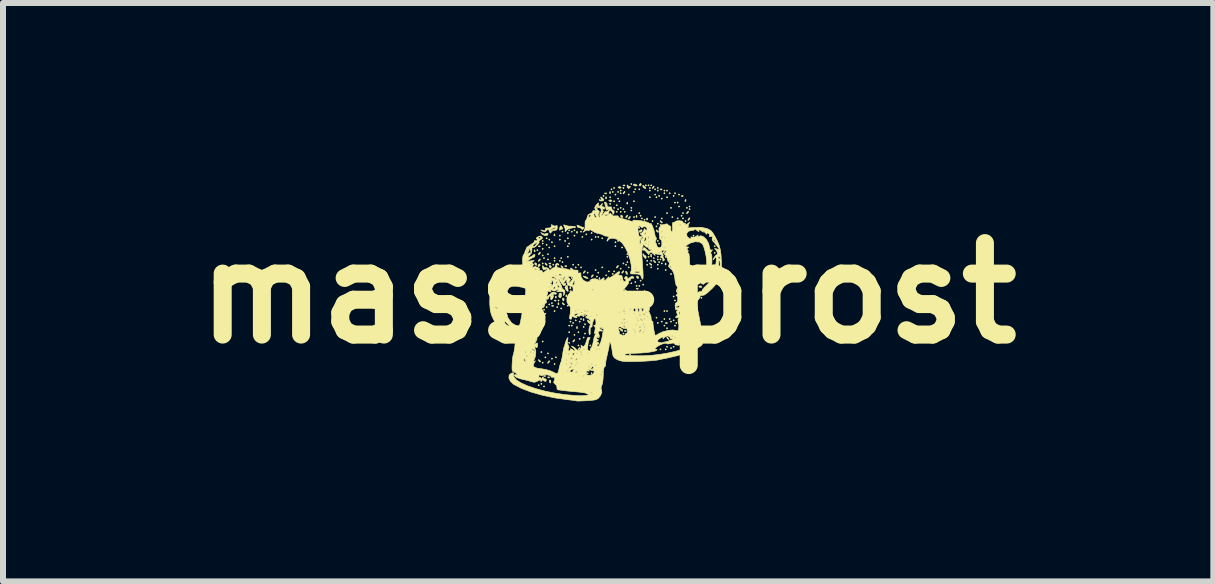
<source format=kicad_pcb>
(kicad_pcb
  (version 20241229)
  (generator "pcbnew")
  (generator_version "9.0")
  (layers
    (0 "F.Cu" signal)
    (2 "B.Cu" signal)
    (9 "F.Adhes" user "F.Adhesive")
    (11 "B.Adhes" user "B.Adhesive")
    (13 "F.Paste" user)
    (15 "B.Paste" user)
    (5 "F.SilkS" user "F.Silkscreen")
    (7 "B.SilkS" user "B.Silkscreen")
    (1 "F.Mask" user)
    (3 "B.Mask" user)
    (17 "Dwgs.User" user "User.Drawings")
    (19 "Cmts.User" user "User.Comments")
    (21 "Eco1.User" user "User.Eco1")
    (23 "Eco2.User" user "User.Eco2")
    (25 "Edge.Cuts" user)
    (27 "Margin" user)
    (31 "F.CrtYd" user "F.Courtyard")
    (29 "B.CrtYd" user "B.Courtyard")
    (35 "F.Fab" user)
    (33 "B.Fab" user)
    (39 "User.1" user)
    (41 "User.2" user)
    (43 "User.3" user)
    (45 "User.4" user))
  (footprint "mass-prost"
    (layer "F.Cu")
    (at 7.083 1.835)
    (property "Reference" "mass-prost" (at 0 0 0) (layer "F.SilkS") (effects (font (size 1.524 1.524) (thickness 0.3))))
    (attr through_hole)
    (fp_poly (pts (xy -1.83 -0.143) (xy -1.841 -0.132) (xy -1.852 -0.143) (xy -1.841 -0.154) (xy -1.83 -0.143)) (stroke (width 0.01) (type solid)) (fill yes) (layer "F.SilkS"))
    (fp_poly (pts (xy -1.169 -0.717) (xy -1.18 -0.706) (xy -1.191 -0.717) (xy -1.18 -0.728) (xy -1.169 -0.717)) (stroke (width 0.01) (type solid)) (fill yes) (layer "F.SilkS"))
    (fp_poly (pts (xy -1.147 1.532) (xy -1.158 1.543) (xy -1.169 1.532) (xy -1.158 1.521) (xy -1.147 1.532)) (stroke (width 0.01) (type solid)) (fill yes) (layer "F.SilkS"))
    (fp_poly (pts (xy -1.124 0.518) (xy -1.136 0.529) (xy -1.147 0.518) (xy -1.136 0.507) (xy -1.124 0.518)) (stroke (width 0.01) (type solid)) (fill yes) (layer "F.SilkS"))
    (fp_poly (pts (xy -1.102 0.981) (xy -1.113 0.992) (xy -1.124 0.981) (xy -1.113 0.97) (xy -1.102 0.981)) (stroke (width 0.01) (type solid)) (fill yes) (layer "F.SilkS"))
    (fp_poly (pts (xy -1.102 1.51) (xy -1.113 1.521) (xy -1.124 1.51) (xy -1.113 1.499) (xy -1.102 1.51)) (stroke (width 0.01) (type solid)) (fill yes) (layer "F.SilkS"))
    (fp_poly (pts (xy -1.08 -0.871) (xy -1.091 -0.86) (xy -1.102 -0.871) (xy -1.091 -0.882) (xy -1.08 -0.871)) (stroke (width 0.01) (type solid)) (fill yes) (layer "F.SilkS"))
    (fp_poly (pts (xy -1.08 -0.827) (xy -1.091 -0.816) (xy -1.102 -0.827) (xy -1.091 -0.838) (xy -1.08 -0.827)) (stroke (width 0.01) (type solid)) (fill yes) (layer "F.SilkS"))
    (fp_poly (pts (xy -1.08 -0.739) (xy -1.091 -0.728) (xy -1.102 -0.739) (xy -1.091 -0.75) (xy -1.08 -0.739)) (stroke (width 0.01) (type solid)) (fill yes) (layer "F.SilkS"))
    (fp_poly (pts (xy -1.08 -0.628) (xy -1.091 -0.617) (xy -1.102 -0.628) (xy -1.091 -0.639) (xy -1.08 -0.628)) (stroke (width 0.01) (type solid)) (fill yes) (layer "F.SilkS"))
    (fp_poly (pts (xy -1.08 -0.496) (xy -1.091 -0.485) (xy -1.102 -0.496) (xy -1.091 -0.507) (xy -1.08 -0.496)) (stroke (width 0.01) (type solid)) (fill yes) (layer "F.SilkS"))
    (fp_poly (pts (xy -1.08 0.364) (xy -1.091 0.375) (xy -1.102 0.364) (xy -1.091 0.353) (xy -1.08 0.364)) (stroke (width 0.01) (type solid)) (fill yes) (layer "F.SilkS"))
    (fp_poly (pts (xy -1.08 0.805) (xy -1.091 0.816) (xy -1.102 0.805) (xy -1.091 0.794) (xy -1.08 0.805)) (stroke (width 0.01) (type solid)) (fill yes) (layer "F.SilkS"))
    (fp_poly (pts (xy -1.08 1.158) (xy -1.091 1.169) (xy -1.102 1.158) (xy -1.091 1.147) (xy -1.08 1.158)) (stroke (width 0.01) (type solid)) (fill yes) (layer "F.SilkS"))
    (fp_poly (pts (xy -1.058 -0.584) (xy -1.069 -0.573) (xy -1.08 -0.584) (xy -1.069 -0.595) (xy -1.058 -0.584)) (stroke (width 0.01) (type solid)) (fill yes) (layer "F.SilkS"))
    (fp_poly (pts (xy -1.058 0.276) (xy -1.069 0.287) (xy -1.08 0.276) (xy -1.069 0.265) (xy -1.058 0.276)) (stroke (width 0.01) (type solid)) (fill yes) (layer "F.SilkS"))
    (fp_poly (pts (xy -1.058 1.554) (xy -1.069 1.565) (xy -1.08 1.554) (xy -1.069 1.543) (xy -1.058 1.554)) (stroke (width 0.01) (type solid)) (fill yes) (layer "F.SilkS"))
    (fp_poly (pts (xy -1.036 0.342) (xy -1.047 0.353) (xy -1.058 0.342) (xy -1.047 0.331) (xy -1.036 0.342)) (stroke (width 0.01) (type solid)) (fill yes) (layer "F.SilkS"))
    (fp_poly (pts (xy -1.036 1.069) (xy -1.047 1.08) (xy -1.058 1.069) (xy -1.047 1.058) (xy -1.036 1.069)) (stroke (width 0.01) (type solid)) (fill yes) (layer "F.SilkS"))
    (fp_poly (pts (xy -1.014 -0.915) (xy -1.025 -0.904) (xy -1.036 -0.915) (xy -1.025 -0.926) (xy -1.014 -0.915)) (stroke (width 0.01) (type solid)) (fill yes) (layer "F.SilkS"))
    (fp_poly (pts (xy -1.014 -0.805) (xy -1.025 -0.794) (xy -1.036 -0.805) (xy -1.025 -0.816) (xy -1.014 -0.805)) (stroke (width 0.01) (type solid)) (fill yes) (layer "F.SilkS"))
    (fp_poly (pts (xy -1.014 0.232) (xy -1.025 0.243) (xy -1.036 0.232) (xy -1.025 0.22) (xy -1.014 0.232)) (stroke (width 0.01) (type solid)) (fill yes) (layer "F.SilkS"))
    (fp_poly (pts (xy -0.992 -0.65) (xy -1.003 -0.639) (xy -1.014 -0.65) (xy -1.003 -0.661) (xy -0.992 -0.65)) (stroke (width 0.01) (type solid)) (fill yes) (layer "F.SilkS"))
    (fp_poly (pts (xy -0.992 -0.562) (xy -1.003 -0.551) (xy -1.014 -0.562) (xy -1.003 -0.573) (xy -0.992 -0.562)) (stroke (width 0.01) (type solid)) (fill yes) (layer "F.SilkS"))
    (fp_poly (pts (xy -0.992 1.003) (xy -1.003 1.014) (xy -1.014 1.003) (xy -1.003 0.992) (xy -0.992 1.003)) (stroke (width 0.01) (type solid)) (fill yes) (layer "F.SilkS"))
    (fp_poly (pts (xy -0.97 -0.893) (xy -0.981 -0.882) (xy -0.992 -0.893) (xy -0.981 -0.904) (xy -0.97 -0.893)) (stroke (width 0.01) (type solid)) (fill yes) (layer "F.SilkS"))
    (fp_poly (pts (xy -0.97 -0.761) (xy -0.981 -0.75) (xy -0.992 -0.761) (xy -0.981 -0.772) (xy -0.97 -0.761)) (stroke (width 0.01) (type solid)) (fill yes) (layer "F.SilkS"))
    (fp_poly (pts (xy -0.97 0.187) (xy -0.981 0.198) (xy -0.992 0.187) (xy -0.981 0.176) (xy -0.97 0.187)) (stroke (width 0.01) (type solid)) (fill yes) (layer "F.SilkS"))
    (fp_poly (pts (xy -0.926 -0.849) (xy -0.937 -0.838) (xy -0.948 -0.849) (xy -0.937 -0.86) (xy -0.926 -0.849)) (stroke (width 0.01) (type solid)) (fill yes) (layer "F.SilkS"))
    (fp_poly (pts (xy -0.926 0.165) (xy -0.937 0.176) (xy -0.948 0.165) (xy -0.937 0.154) (xy -0.926 0.165)) (stroke (width 0.01) (type solid)) (fill yes) (layer "F.SilkS"))
    (fp_poly (pts (xy -0.926 1.091) (xy -0.937 1.102) (xy -0.948 1.091) (xy -0.937 1.08) (xy -0.926 1.091)) (stroke (width 0.01) (type solid)) (fill yes) (layer "F.SilkS"))
    (fp_poly (pts (xy -0.904 -0.474) (xy -0.915 -0.463) (xy -0.926 -0.474) (xy -0.915 -0.485) (xy -0.904 -0.474)) (stroke (width 0.01) (type solid)) (fill yes) (layer "F.SilkS"))
    (fp_poly (pts (xy -0.882 -0.783) (xy -0.893 -0.772) (xy -0.904 -0.783) (xy -0.893 -0.794) (xy -0.882 -0.783)) (stroke (width 0.01) (type solid)) (fill yes) (layer "F.SilkS"))
    (fp_poly (pts (xy -0.882 -0.584) (xy -0.893 -0.573) (xy -0.904 -0.584) (xy -0.893 -0.595) (xy -0.882 -0.584)) (stroke (width 0.01) (type solid)) (fill yes) (layer "F.SilkS"))
    (fp_poly (pts (xy -0.882 -0.54) (xy -0.893 -0.529) (xy -0.904 -0.54) (xy -0.893 -0.551) (xy -0.882 -0.54)) (stroke (width 0.01) (type solid)) (fill yes) (layer "F.SilkS"))
    (fp_poly (pts (xy -0.882 0.298) (xy -0.893 0.309) (xy -0.904 0.298) (xy -0.893 0.287) (xy -0.882 0.298)) (stroke (width 0.01) (type solid)) (fill yes) (layer "F.SilkS"))
    (fp_poly (pts (xy -0.882 1.18) (xy -0.893 1.191) (xy -0.904 1.18) (xy -0.893 1.169) (xy -0.882 1.18)) (stroke (width 0.01) (type solid)) (fill yes) (layer "F.SilkS"))
    (fp_poly (pts (xy -0.86 1.069) (xy -0.871 1.08) (xy -0.882 1.069) (xy -0.871 1.058) (xy -0.86 1.069)) (stroke (width 0.01) (type solid)) (fill yes) (layer "F.SilkS"))
    (fp_poly (pts (xy -0.838 0.232) (xy -0.849 0.243) (xy -0.86 0.232) (xy -0.849 0.22) (xy -0.838 0.232)) (stroke (width 0.01) (type solid)) (fill yes) (layer "F.SilkS"))
    (fp_poly (pts (xy -0.816 0.121) (xy -0.827 0.132) (xy -0.838 0.121) (xy -0.827 0.11) (xy -0.816 0.121)) (stroke (width 0.01) (type solid)) (fill yes) (layer "F.SilkS"))
    (fp_poly (pts (xy -0.794 -0.959) (xy -0.805 -0.948) (xy -0.816 -0.959) (xy -0.805 -0.97) (xy -0.794 -0.959)) (stroke (width 0.01) (type solid)) (fill yes) (layer "F.SilkS"))
    (fp_poly (pts (xy -0.794 -0.893) (xy -0.805 -0.882) (xy -0.816 -0.893) (xy -0.805 -0.904) (xy -0.794 -0.893)) (stroke (width 0.01) (type solid)) (fill yes) (layer "F.SilkS"))
    (fp_poly (pts (xy -0.794 -0.54) (xy -0.805 -0.529) (xy -0.816 -0.54) (xy -0.805 -0.551) (xy -0.794 -0.54)) (stroke (width 0.01) (type solid)) (fill yes) (layer "F.SilkS"))
    (fp_poly (pts (xy -0.772 -0.584) (xy -0.783 -0.573) (xy -0.794 -0.584) (xy -0.783 -0.595) (xy -0.772 -0.584)) (stroke (width 0.01) (type solid)) (fill yes) (layer "F.SilkS"))
    (fp_poly (pts (xy -0.772 0.254) (xy -0.783 0.265) (xy -0.794 0.254) (xy -0.783 0.243) (xy -0.772 0.254)) (stroke (width 0.01) (type solid)) (fill yes) (layer "F.SilkS"))
    (fp_poly (pts (xy -0.75 -1.025) (xy -0.761 -1.014) (xy -0.772 -1.025) (xy -0.761 -1.036) (xy -0.75 -1.025)) (stroke (width 0.01) (type solid)) (fill yes) (layer "F.SilkS"))
    (fp_poly (pts (xy -0.75 -0.518) (xy -0.761 -0.507) (xy -0.772 -0.518) (xy -0.761 -0.529) (xy -0.75 -0.518)) (stroke (width 0.01) (type solid)) (fill yes) (layer "F.SilkS"))
    (fp_poly (pts (xy -0.706 -0.871) (xy -0.717 -0.86) (xy -0.728 -0.871) (xy -0.717 -0.882) (xy -0.706 -0.871)) (stroke (width 0.01) (type solid)) (fill yes) (layer "F.SilkS"))
    (fp_poly (pts (xy -0.661 -1.003) (xy -0.672 -0.992) (xy -0.684 -1.003) (xy -0.672 -1.014) (xy -0.661 -1.003)) (stroke (width 0.01) (type solid)) (fill yes) (layer "F.SilkS"))
    (fp_poly (pts (xy -0.661 -0.915) (xy -0.672 -0.904) (xy -0.684 -0.915) (xy -0.672 -0.926) (xy -0.661 -0.915)) (stroke (width 0.01) (type solid)) (fill yes) (layer "F.SilkS"))
    (fp_poly (pts (xy -0.661 -0.783) (xy -0.672 -0.772) (xy -0.684 -0.783) (xy -0.672 -0.794) (xy -0.661 -0.783)) (stroke (width 0.01) (type solid)) (fill yes) (layer "F.SilkS"))
    (fp_poly (pts (xy -0.661 -0.606) (xy -0.672 -0.595) (xy -0.684 -0.606) (xy -0.672 -0.617) (xy -0.661 -0.606)) (stroke (width 0.01) (type solid)) (fill yes) (layer "F.SilkS"))
    (fp_poly (pts (xy -0.661 0.121) (xy -0.672 0.132) (xy -0.684 0.121) (xy -0.672 0.11) (xy -0.661 0.121)) (stroke (width 0.01) (type solid)) (fill yes) (layer "F.SilkS"))
    (fp_poly (pts (xy -0.661 0.209) (xy -0.672 0.22) (xy -0.684 0.209) (xy -0.672 0.198) (xy -0.661 0.209)) (stroke (width 0.01) (type solid)) (fill yes) (layer "F.SilkS"))
    (fp_poly (pts (xy -0.639 -1.047) (xy -0.65 -1.036) (xy -0.661 -1.047) (xy -0.65 -1.058) (xy -0.639 -1.047)) (stroke (width 0.01) (type solid)) (fill yes) (layer "F.SilkS"))
    (fp_poly (pts (xy -0.639 -0.827) (xy -0.65 -0.816) (xy -0.661 -0.827) (xy -0.65 -0.838) (xy -0.639 -0.827)) (stroke (width 0.01) (type solid)) (fill yes) (layer "F.SilkS"))
    (fp_poly (pts (xy -0.639 0.54) (xy -0.65 0.551) (xy -0.661 0.54) (xy -0.65 0.529) (xy -0.639 0.54)) (stroke (width 0.01) (type solid)) (fill yes) (layer "F.SilkS"))
    (fp_poly (pts (xy -0.639 0.65) (xy -0.65 0.661) (xy -0.661 0.65) (xy -0.65 0.639) (xy -0.639 0.65)) (stroke (width 0.01) (type solid)) (fill yes) (layer "F.SilkS"))
    (fp_poly (pts (xy -0.639 0.827) (xy -0.65 0.838) (xy -0.661 0.827) (xy -0.65 0.816) (xy -0.639 0.827)) (stroke (width 0.01) (type solid)) (fill yes) (layer "F.SilkS"))
    (fp_poly (pts (xy -0.617 0.474) (xy -0.628 0.485) (xy -0.639 0.474) (xy -0.628 0.463) (xy -0.617 0.474)) (stroke (width 0.01) (type solid)) (fill yes) (layer "F.SilkS"))
    (fp_poly (pts (xy -0.595 -1.025) (xy -0.606 -1.014) (xy -0.617 -1.025) (xy -0.606 -1.036) (xy -0.595 -1.025)) (stroke (width 0.01) (type solid)) (fill yes) (layer "F.SilkS"))
    (fp_poly (pts (xy -0.595 -0.254) (xy -0.606 -0.243) (xy -0.617 -0.254) (xy -0.606 -0.265) (xy -0.595 -0.254)) (stroke (width 0.01) (type solid)) (fill yes) (layer "F.SilkS"))
    (fp_poly (pts (xy -0.595 0.54) (xy -0.606 0.551) (xy -0.617 0.54) (xy -0.606 0.529) (xy -0.595 0.54)) (stroke (width 0.01) (type solid)) (fill yes) (layer "F.SilkS"))
    (fp_poly (pts (xy -0.573 -0.474) (xy -0.584 -0.463) (xy -0.595 -0.474) (xy -0.584 -0.485) (xy -0.573 -0.474)) (stroke (width 0.01) (type solid)) (fill yes) (layer "F.SilkS"))
    (fp_poly (pts (xy -0.573 0.496) (xy -0.584 0.507) (xy -0.595 0.496) (xy -0.584 0.485) (xy -0.573 0.496)) (stroke (width 0.01) (type solid)) (fill yes) (layer "F.SilkS"))
    (fp_poly (pts (xy -0.551 -1.047) (xy -0.562 -1.036) (xy -0.573 -1.047) (xy -0.562 -1.058) (xy -0.551 -1.047)) (stroke (width 0.01) (type solid)) (fill yes) (layer "F.SilkS"))
    (fp_poly (pts (xy -0.551 -0.959) (xy -0.562 -0.948) (xy -0.573 -0.959) (xy -0.562 -0.97) (xy -0.551 -0.959)) (stroke (width 0.01) (type solid)) (fill yes) (layer "F.SilkS"))
    (fp_poly (pts (xy -0.551 0.695) (xy -0.562 0.706) (xy -0.573 0.695) (xy -0.562 0.684) (xy -0.551 0.695)) (stroke (width 0.01) (type solid)) (fill yes) (layer "F.SilkS"))
    (fp_poly (pts (xy -0.529 -0.43) (xy -0.54 -0.419) (xy -0.551 -0.43) (xy -0.54 -0.441) (xy -0.529 -0.43)) (stroke (width 0.01) (type solid)) (fill yes) (layer "F.SilkS"))
    (fp_poly (pts (xy -0.529 0.452) (xy -0.54 0.463) (xy -0.551 0.452) (xy -0.54 0.441) (xy -0.529 0.452)) (stroke (width 0.01) (type solid)) (fill yes) (layer "F.SilkS"))
    (fp_poly (pts (xy -0.485 -0.474) (xy -0.496 -0.463) (xy -0.507 -0.474) (xy -0.496 -0.485) (xy -0.485 -0.474)) (stroke (width 0.01) (type solid)) (fill yes) (layer "F.SilkS"))
    (fp_poly (pts (xy -0.485 0.65) (xy -0.496 0.661) (xy -0.507 0.65) (xy -0.496 0.639) (xy -0.485 0.65)) (stroke (width 0.01) (type solid)) (fill yes) (layer "F.SilkS"))
    (fp_poly (pts (xy -0.485 0.871) (xy -0.496 0.882) (xy -0.507 0.871) (xy -0.496 0.86) (xy -0.485 0.871)) (stroke (width 0.01) (type solid)) (fill yes) (layer "F.SilkS"))
    (fp_poly (pts (xy -0.463 0.474) (xy -0.474 0.485) (xy -0.485 0.474) (xy -0.474 0.463) (xy -0.463 0.474)) (stroke (width 0.01) (type solid)) (fill yes) (layer "F.SilkS"))
    (fp_poly (pts (xy -0.463 0.761) (xy -0.474 0.772) (xy -0.485 0.761) (xy -0.474 0.75) (xy -0.463 0.761)) (stroke (width 0.01) (type solid)) (fill yes) (layer "F.SilkS"))
    (fp_poly (pts (xy -0.441 -1.025) (xy -0.452 -1.014) (xy -0.463 -1.025) (xy -0.452 -1.036) (xy -0.441 -1.025)) (stroke (width 0.01) (type solid)) (fill yes) (layer "F.SilkS"))
    (fp_poly (pts (xy -0.441 -0.43) (xy -0.452 -0.419) (xy -0.463 -0.43) (xy -0.452 -0.441) (xy -0.441 -0.43)) (stroke (width 0.01) (type solid)) (fill yes) (layer "F.SilkS"))
    (fp_poly (pts (xy -0.441 0.43) (xy -0.452 0.441) (xy -0.463 0.43) (xy -0.452 0.419) (xy -0.441 0.43)) (stroke (width 0.01) (type solid)) (fill yes) (layer "F.SilkS"))
    (fp_poly (pts (xy -0.419 -0.937) (xy -0.43 -0.926) (xy -0.441 -0.937) (xy -0.43 -0.948) (xy -0.419 -0.937)) (stroke (width 0.01) (type solid)) (fill yes) (layer "F.SilkS"))
    (fp_poly (pts (xy -0.397 0.562) (xy -0.408 0.573) (xy -0.419 0.562) (xy -0.408 0.551) (xy -0.397 0.562)) (stroke (width 0.01) (type solid)) (fill yes) (layer "F.SilkS"))
    (fp_poly (pts (xy -0.397 0.739) (xy -0.408 0.75) (xy -0.419 0.739) (xy -0.408 0.728) (xy -0.397 0.739)) (stroke (width 0.01) (type solid)) (fill yes) (layer "F.SilkS"))
    (fp_poly (pts (xy -0.375 0.364) (xy -0.386 0.375) (xy -0.397 0.364) (xy -0.386 0.353) (xy -0.375 0.364)) (stroke (width 0.01) (type solid)) (fill yes) (layer "F.SilkS"))
    (fp_poly (pts (xy -0.375 0.518) (xy -0.386 0.529) (xy -0.397 0.518) (xy -0.386 0.507) (xy -0.375 0.518)) (stroke (width 0.01) (type solid)) (fill yes) (layer "F.SilkS"))
    (fp_poly (pts (xy -0.375 0.672) (xy -0.386 0.684) (xy -0.397 0.672) (xy -0.386 0.661) (xy -0.375 0.672)) (stroke (width 0.01) (type solid)) (fill yes) (layer "F.SilkS"))
    (fp_poly (pts (xy -0.353 -0.981) (xy -0.364 -0.97) (xy -0.375 -0.981) (xy -0.364 -0.992) (xy -0.353 -0.981)) (stroke (width 0.01) (type solid)) (fill yes) (layer "F.SilkS"))
    (fp_poly (pts (xy -0.331 -0.342) (xy -0.342 -0.331) (xy -0.353 -0.342) (xy -0.342 -0.353) (xy -0.331 -0.342)) (stroke (width 0.01) (type solid)) (fill yes) (layer "F.SilkS"))
    (fp_poly (pts (xy -0.331 1.334) (xy -0.342 1.345) (xy -0.353 1.334) (xy -0.342 1.323) (xy -0.331 1.334)) (stroke (width 0.01) (type solid)) (fill yes) (layer "F.SilkS"))
    (fp_poly (pts (xy -0.287 0.871) (xy -0.298 0.882) (xy -0.309 0.871) (xy -0.298 0.86) (xy -0.287 0.871)) (stroke (width 0.01) (type solid)) (fill yes) (layer "F.SilkS"))
    (fp_poly (pts (xy -0.265 -1.003) (xy -0.276 -0.992) (xy -0.287 -1.003) (xy -0.276 -1.014) (xy -0.265 -1.003)) (stroke (width 0.01) (type solid)) (fill yes) (layer "F.SilkS"))
    (fp_poly (pts (xy -0.265 -0.893) (xy -0.276 -0.882) (xy -0.287 -0.893) (xy -0.276 -0.904) (xy -0.265 -0.893)) (stroke (width 0.01) (type solid)) (fill yes) (layer "F.SilkS"))
    (fp_poly (pts (xy -0.265 1.334) (xy -0.276 1.345) (xy -0.287 1.334) (xy -0.276 1.323) (xy -0.265 1.334)) (stroke (width 0.01) (type solid)) (fill yes) (layer "F.SilkS"))
    (fp_poly (pts (xy -0.198 -0.937) (xy -0.209 -0.926) (xy -0.22 -0.937) (xy -0.209 -0.948) (xy -0.198 -0.937)) (stroke (width 0.01) (type solid)) (fill yes) (layer "F.SilkS"))
    (fp_poly (pts (xy -0.198 -0.386) (xy -0.209 -0.375) (xy -0.22 -0.386) (xy -0.209 -0.397) (xy -0.198 -0.386)) (stroke (width 0.01) (type solid)) (fill yes) (layer "F.SilkS"))
    (fp_poly (pts (xy -0.176 -1.422) (xy -0.187 -1.411) (xy -0.198 -1.422) (xy -0.187 -1.433) (xy -0.176 -1.422)) (stroke (width 0.01) (type solid)) (fill yes) (layer "F.SilkS"))
    (fp_poly (pts (xy -0.176 -0.276) (xy -0.187 -0.265) (xy -0.198 -0.276) (xy -0.187 -0.287) (xy -0.176 -0.276)) (stroke (width 0.01) (type solid)) (fill yes) (layer "F.SilkS"))
    (fp_poly (pts (xy -0.154 -1.334) (xy -0.165 -1.323) (xy -0.176 -1.334) (xy -0.165 -1.345) (xy -0.154 -1.334)) (stroke (width 0.01) (type solid)) (fill yes) (layer "F.SilkS"))
    (fp_poly (pts (xy -0.154 -0.937) (xy -0.165 -0.926) (xy -0.176 -0.937) (xy -0.165 -0.948) (xy -0.154 -0.937)) (stroke (width 0.01) (type solid)) (fill yes) (layer "F.SilkS"))
    (fp_poly (pts (xy -0.154 -0.342) (xy -0.165 -0.331) (xy -0.176 -0.342) (xy -0.165 -0.353) (xy -0.154 -0.342)) (stroke (width 0.01) (type solid)) (fill yes) (layer "F.SilkS"))
    (fp_poly (pts (xy -0.088 -0.915) (xy -0.099 -0.904) (xy -0.11 -0.915) (xy -0.099 -0.926) (xy -0.088 -0.915)) (stroke (width 0.01) (type solid)) (fill yes) (layer "F.SilkS"))
    (fp_poly (pts (xy -0.088 -0.43) (xy -0.099 -0.419) (xy -0.11 -0.43) (xy -0.099 -0.441) (xy -0.088 -0.43)) (stroke (width 0.01) (type solid)) (fill yes) (layer "F.SilkS"))
    (fp_poly (pts (xy -0.088 0.584) (xy -0.099 0.595) (xy -0.11 0.584) (xy -0.099 0.573) (xy -0.088 0.584)) (stroke (width 0.01) (type solid)) (fill yes) (layer "F.SilkS"))
    (fp_poly (pts (xy -0.066 -1.621) (xy -0.077 -1.61) (xy -0.088 -1.621) (xy -0.077 -1.632) (xy -0.066 -1.621)) (stroke (width 0.01) (type solid)) (fill yes) (layer "F.SilkS"))
    (fp_poly (pts (xy -0.022 -0.298) (xy -0.033 -0.287) (xy -0.044 -0.298) (xy -0.033 -0.309) (xy -0.022 -0.298)) (stroke (width 0.01) (type solid)) (fill yes) (layer "F.SilkS"))
    (fp_poly (pts (xy 0.022 -0.364) (xy 0.011 -0.353) (xy 0 -0.364) (xy 0.011 -0.375) (xy 0.022 -0.364)) (stroke (width 0.01) (type solid)) (fill yes) (layer "F.SilkS"))
    (fp_poly (pts (xy 0.044 -1.599) (xy 0.033 -1.587) (xy 0.022 -1.599) (xy 0.033 -1.61) (xy 0.044 -1.599)) (stroke (width 0.01) (type solid)) (fill yes) (layer "F.SilkS"))
    (fp_poly (pts (xy 0.044 -1.488) (xy 0.033 -1.477) (xy 0.022 -1.488) (xy 0.033 -1.499) (xy 0.044 -1.488)) (stroke (width 0.01) (type solid)) (fill yes) (layer "F.SilkS"))
    (fp_poly (pts (xy 0.066 -1.731) (xy 0.055 -1.72) (xy 0.044 -1.731) (xy 0.055 -1.742) (xy 0.066 -1.731)) (stroke (width 0.01) (type solid)) (fill yes) (layer "F.SilkS"))
    (fp_poly (pts (xy 0.088 -1.687) (xy 0.077 -1.676) (xy 0.066 -1.687) (xy 0.077 -1.698) (xy 0.088 -1.687)) (stroke (width 0.01) (type solid)) (fill yes) (layer "F.SilkS"))
    (fp_poly (pts (xy 0.088 -0.32) (xy 0.077 -0.309) (xy 0.066 -0.32) (xy 0.077 -0.331) (xy 0.088 -0.32)) (stroke (width 0.01) (type solid)) (fill yes) (layer "F.SilkS"))
    (fp_poly (pts (xy 0.11 -1.753) (xy 0.099 -1.742) (xy 0.088 -1.753) (xy 0.099 -1.764) (xy 0.11 -1.753)) (stroke (width 0.01) (type solid)) (fill yes) (layer "F.SilkS"))
    (fp_poly (pts (xy 0.11 -1.532) (xy 0.099 -1.521) (xy 0.088 -1.532) (xy 0.099 -1.543) (xy 0.11 -1.532)) (stroke (width 0.01) (type solid)) (fill yes) (layer "F.SilkS"))
    (fp_poly (pts (xy 0.11 -1.422) (xy 0.099 -1.411) (xy 0.088 -1.422) (xy 0.099 -1.433) (xy 0.11 -1.422)) (stroke (width 0.01) (type solid)) (fill yes) (layer "F.SilkS"))
    (fp_poly (pts (xy 0.11 -0.364) (xy 0.099 -0.353) (xy 0.088 -0.364) (xy 0.099 -0.375) (xy 0.11 -0.364)) (stroke (width 0.01) (type solid)) (fill yes) (layer "F.SilkS"))
    (fp_poly (pts (xy 0.132 -1.643) (xy 0.121 -1.632) (xy 0.11 -1.643) (xy 0.121 -1.654) (xy 0.132 -1.643)) (stroke (width 0.01) (type solid)) (fill yes) (layer "F.SilkS"))
    (fp_poly (pts (xy 0.132 -0.849) (xy 0.121 -0.838) (xy 0.11 -0.849) (xy 0.121 -0.86) (xy 0.132 -0.849)) (stroke (width 0.01) (type solid)) (fill yes) (layer "F.SilkS"))
    (fp_poly (pts (xy 0.132 -0.783) (xy 0.121 -0.772) (xy 0.11 -0.783) (xy 0.121 -0.794) (xy 0.132 -0.783)) (stroke (width 0.01) (type solid)) (fill yes) (layer "F.SilkS"))
    (fp_poly (pts (xy 0.154 -1.466) (xy 0.143 -1.455) (xy 0.132 -1.466) (xy 0.143 -1.477) (xy 0.154 -1.466)) (stroke (width 0.01) (type solid)) (fill yes) (layer "F.SilkS"))
    (fp_poly (pts (xy 0.154 -1.356) (xy 0.143 -1.345) (xy 0.132 -1.356) (xy 0.143 -1.367) (xy 0.154 -1.356)) (stroke (width 0.01) (type solid)) (fill yes) (layer "F.SilkS"))
    (fp_poly (pts (xy 0.176 -1.687) (xy 0.165 -1.676) (xy 0.154 -1.687) (xy 0.165 -1.698) (xy 0.176 -1.687)) (stroke (width 0.01) (type solid)) (fill yes) (layer "F.SilkS"))
    (fp_poly (pts (xy 0.176 -1.576) (xy 0.165 -1.565) (xy 0.154 -1.576) (xy 0.165 -1.587) (xy 0.176 -1.576)) (stroke (width 0.01) (type solid)) (fill yes) (layer "F.SilkS"))
    (fp_poly (pts (xy 0.176 -1.4) (xy 0.165 -1.389) (xy 0.154 -1.4) (xy 0.165 -1.411) (xy 0.176 -1.4)) (stroke (width 0.01) (type solid)) (fill yes) (layer "F.SilkS"))
    (fp_poly (pts (xy 0.176 -0.871) (xy 0.165 -0.86) (xy 0.154 -0.871) (xy 0.165 -0.882) (xy 0.176 -0.871)) (stroke (width 0.01) (type solid)) (fill yes) (layer "F.SilkS"))
    (fp_poly (pts (xy 0.198 -1.532) (xy 0.187 -1.521) (xy 0.176 -1.532) (xy 0.187 -1.543) (xy 0.198 -1.532)) (stroke (width 0.01) (type solid)) (fill yes) (layer "F.SilkS"))
    (fp_poly (pts (xy 0.22 -1.709) (xy 0.209 -1.698) (xy 0.198 -1.709) (xy 0.209 -1.72) (xy 0.22 -1.709)) (stroke (width 0.01) (type solid)) (fill yes) (layer "F.SilkS"))
    (fp_poly (pts (xy 0.22 -1.665) (xy 0.209 -1.654) (xy 0.198 -1.665) (xy 0.209 -1.676) (xy 0.22 -1.665)) (stroke (width 0.01) (type solid)) (fill yes) (layer "F.SilkS"))
    (fp_poly (pts (xy 0.22 -1.422) (xy 0.209 -1.411) (xy 0.198 -1.422) (xy 0.209 -1.433) (xy 0.22 -1.422)) (stroke (width 0.01) (type solid)) (fill yes) (layer "F.SilkS"))
    (fp_poly (pts (xy 0.22 -1.356) (xy 0.209 -1.345) (xy 0.198 -1.356) (xy 0.209 -1.367) (xy 0.22 -1.356)) (stroke (width 0.01) (type solid)) (fill yes) (layer "F.SilkS"))
    (fp_poly (pts (xy 0.22 -0.408) (xy 0.209 -0.397) (xy 0.198 -0.408) (xy 0.209 -0.419) (xy 0.22 -0.408)) (stroke (width 0.01) (type solid)) (fill yes) (layer "F.SilkS"))
    (fp_poly (pts (xy 0.243 -0.761) (xy 0.232 -0.75) (xy 0.22 -0.761) (xy 0.232 -0.772) (xy 0.243 -0.761)) (stroke (width 0.01) (type solid)) (fill yes) (layer "F.SilkS"))
    (fp_poly (pts (xy 0.243 0.209) (xy 0.232 0.22) (xy 0.22 0.209) (xy 0.232 0.198) (xy 0.243 0.209)) (stroke (width 0.01) (type solid)) (fill yes) (layer "F.SilkS"))
    (fp_poly (pts (xy 0.265 -1.753) (xy 0.254 -1.742) (xy 0.243 -1.753) (xy 0.254 -1.764) (xy 0.265 -1.753)) (stroke (width 0.01) (type solid)) (fill yes) (layer "F.SilkS"))
    (fp_poly (pts (xy 0.265 -1.4) (xy 0.254 -1.389) (xy 0.243 -1.4) (xy 0.254 -1.411) (xy 0.265 -1.4)) (stroke (width 0.01) (type solid)) (fill yes) (layer "F.SilkS"))
    (fp_poly (pts (xy 0.265 -0.496) (xy 0.254 -0.485) (xy 0.243 -0.496) (xy 0.254 -0.507) (xy 0.265 -0.496)) (stroke (width 0.01) (type solid)) (fill yes) (layer "F.SilkS"))
    (fp_poly (pts (xy 0.265 0.672) (xy 0.254 0.684) (xy 0.243 0.672) (xy 0.254 0.661) (xy 0.265 0.672)) (stroke (width 0.01) (type solid)) (fill yes) (layer "F.SilkS"))
    (fp_poly (pts (xy 0.287 -1.356) (xy 0.276 -1.345) (xy 0.265 -1.356) (xy 0.276 -1.367) (xy 0.287 -1.356)) (stroke (width 0.01) (type solid)) (fill yes) (layer "F.SilkS"))
    (fp_poly (pts (xy 0.309 -0.474) (xy 0.298 -0.463) (xy 0.287 -0.474) (xy 0.298 -0.485) (xy 0.309 -0.474)) (stroke (width 0.01) (type solid)) (fill yes) (layer "F.SilkS"))
    (fp_poly (pts (xy 0.331 -0.65) (xy 0.32 -0.639) (xy 0.309 -0.65) (xy 0.32 -0.661) (xy 0.331 -0.65)) (stroke (width 0.01) (type solid)) (fill yes) (layer "F.SilkS"))
    (fp_poly (pts (xy 0.331 -0.606) (xy 0.32 -0.595) (xy 0.309 -0.606) (xy 0.32 -0.617) (xy 0.331 -0.606)) (stroke (width 0.01) (type solid)) (fill yes) (layer "F.SilkS"))
    (fp_poly (pts (xy 0.331 -0.518) (xy 0.32 -0.507) (xy 0.309 -0.518) (xy 0.32 -0.529) (xy 0.331 -0.518)) (stroke (width 0.01) (type solid)) (fill yes) (layer "F.SilkS"))
    (fp_poly (pts (xy 0.353 -1.643) (xy 0.342 -1.632) (xy 0.331 -1.643) (xy 0.342 -1.654) (xy 0.353 -1.643)) (stroke (width 0.01) (type solid)) (fill yes) (layer "F.SilkS"))
    (fp_poly (pts (xy 0.353 -0.43) (xy 0.342 -0.419) (xy 0.331 -0.43) (xy 0.342 -0.441) (xy 0.353 -0.43)) (stroke (width 0.01) (type solid)) (fill yes) (layer "F.SilkS"))
    (fp_poly (pts (xy 0.375 0.077) (xy 0.364 0.088) (xy 0.353 0.077) (xy 0.364 0.066) (xy 0.375 0.077)) (stroke (width 0.01) (type solid)) (fill yes) (layer "F.SilkS"))
    (fp_poly (pts (xy 0.375 1.025) (xy 0.364 1.036) (xy 0.353 1.025) (xy 0.364 1.014) (xy 0.375 1.025)) (stroke (width 0.01) (type solid)) (fill yes) (layer "F.SilkS"))
    (fp_poly (pts (xy 0.397 -1.819) (xy 0.386 -1.808) (xy 0.375 -1.819) (xy 0.386 -1.83) (xy 0.397 -1.819)) (stroke (width 0.01) (type solid)) (fill yes) (layer "F.SilkS"))
    (fp_poly (pts (xy 0.397 -1.422) (xy 0.386 -1.411) (xy 0.375 -1.422) (xy 0.386 -1.433) (xy 0.397 -1.422)) (stroke (width 0.01) (type solid)) (fill yes) (layer "F.SilkS"))
    (fp_poly (pts (xy 0.397 -1.378) (xy 0.386 -1.367) (xy 0.375 -1.378) (xy 0.386 -1.389) (xy 0.397 -1.378)) (stroke (width 0.01) (type solid)) (fill yes) (layer "F.SilkS"))
    (fp_poly (pts (xy 0.397 -0.165) (xy 0.386 -0.154) (xy 0.375 -0.165) (xy 0.386 -0.176) (xy 0.397 -0.165)) (stroke (width 0.01) (type solid)) (fill yes) (layer "F.SilkS"))
    (fp_poly (pts (xy 0.419 -0.011) (xy 0.408 0) (xy 0.397 -0.011) (xy 0.408 -0.022) (xy 0.419 -0.011)) (stroke (width 0.01) (type solid)) (fill yes) (layer "F.SilkS"))
    (fp_poly (pts (xy 0.441 -1.687) (xy 0.43 -1.676) (xy 0.419 -1.687) (xy 0.43 -1.698) (xy 0.441 -1.687)) (stroke (width 0.01) (type solid)) (fill yes) (layer "F.SilkS"))
    (fp_poly (pts (xy 0.441 -1.532) (xy 0.43 -1.521) (xy 0.419 -1.532) (xy 0.43 -1.543) (xy 0.441 -1.532)) (stroke (width 0.01) (type solid)) (fill yes) (layer "F.SilkS"))
    (fp_poly (pts (xy 0.441 -1.268) (xy 0.43 -1.257) (xy 0.419 -1.268) (xy 0.43 -1.279) (xy 0.441 -1.268)) (stroke (width 0.01) (type solid)) (fill yes) (layer "F.SilkS"))
    (fp_poly (pts (xy 0.463 -1.731) (xy 0.452 -1.72) (xy 0.441 -1.731) (xy 0.452 -1.742) (xy 0.463 -1.731)) (stroke (width 0.01) (type solid)) (fill yes) (layer "F.SilkS"))
    (fp_poly (pts (xy 0.463 -0.187) (xy 0.452 -0.176) (xy 0.441 -0.187) (xy 0.452 -0.198) (xy 0.463 -0.187)) (stroke (width 0.01) (type solid)) (fill yes) (layer "F.SilkS"))
    (fp_poly (pts (xy 0.485 -0.121) (xy 0.474 -0.11) (xy 0.463 -0.121) (xy 0.474 -0.132) (xy 0.485 -0.121)) (stroke (width 0.01) (type solid)) (fill yes) (layer "F.SilkS"))
    (fp_poly (pts (xy 0.485 0.077) (xy 0.474 0.088) (xy 0.463 0.077) (xy 0.474 0.066) (xy 0.485 0.077)) (stroke (width 0.01) (type solid)) (fill yes) (layer "F.SilkS"))
    (fp_poly (pts (xy 0.507 0.165) (xy 0.496 0.176) (xy 0.485 0.165) (xy 0.496 0.154) (xy 0.507 0.165)) (stroke (width 0.01) (type solid)) (fill yes) (layer "F.SilkS"))
    (fp_poly (pts (xy 0.529 -1.731) (xy 0.518 -1.72) (xy 0.507 -1.731) (xy 0.518 -1.742) (xy 0.529 -1.731)) (stroke (width 0.01) (type solid)) (fill yes) (layer "F.SilkS"))
    (fp_poly (pts (xy 0.529 -1.334) (xy 0.518 -1.323) (xy 0.507 -1.334) (xy 0.518 -1.345) (xy 0.529 -1.334)) (stroke (width 0.01) (type solid)) (fill yes) (layer "F.SilkS"))
    (fp_poly (pts (xy 0.529 -1.091) (xy 0.518 -1.08) (xy 0.507 -1.091) (xy 0.518 -1.102) (xy 0.529 -1.091)) (stroke (width 0.01) (type solid)) (fill yes) (layer "F.SilkS"))
    (fp_poly (pts (xy 0.529 -0.121) (xy 0.518 -0.11) (xy 0.507 -0.121) (xy 0.518 -0.132) (xy 0.529 -0.121)) (stroke (width 0.01) (type solid)) (fill yes) (layer "F.SilkS"))
    (fp_poly (pts (xy 0.529 0.077) (xy 0.518 0.088) (xy 0.507 0.077) (xy 0.518 0.066) (xy 0.529 0.077)) (stroke (width 0.01) (type solid)) (fill yes) (layer "F.SilkS"))
    (fp_poly (pts (xy 0.551 -1.29) (xy 0.54 -1.279) (xy 0.529 -1.29) (xy 0.54 -1.301) (xy 0.551 -1.29)) (stroke (width 0.01) (type solid)) (fill yes) (layer "F.SilkS"))
    (fp_poly (pts (xy 0.551 -0.209) (xy 0.54 -0.198) (xy 0.529 -0.209) (xy 0.54 -0.22) (xy 0.551 -0.209)) (stroke (width 0.01) (type solid)) (fill yes) (layer "F.SilkS"))
    (fp_poly (pts (xy 0.573 -1.246) (xy 0.562 -1.235) (xy 0.551 -1.246) (xy 0.562 -1.257) (xy 0.573 -1.246)) (stroke (width 0.01) (type solid)) (fill yes) (layer "F.SilkS"))
    (fp_poly (pts (xy 0.573 0.187) (xy 0.562 0.198) (xy 0.551 0.187) (xy 0.562 0.176) (xy 0.573 0.187)) (stroke (width 0.01) (type solid)) (fill yes) (layer "F.SilkS"))
    (fp_poly (pts (xy 0.595 -0.143) (xy 0.584 -0.132) (xy 0.573 -0.143) (xy 0.584 -0.154) (xy 0.595 -0.143)) (stroke (width 0.01) (type solid)) (fill yes) (layer "F.SilkS"))
    (fp_poly (pts (xy 0.617 -1.224) (xy 0.606 -1.213) (xy 0.595 -1.224) (xy 0.606 -1.235) (xy 0.617 -1.224)) (stroke (width 0.01) (type solid)) (fill yes) (layer "F.SilkS"))
    (fp_poly (pts (xy 0.617 -0.033) (xy 0.606 -0.022) (xy 0.595 -0.033) (xy 0.606 -0.044) (xy 0.617 -0.033)) (stroke (width 0.01) (type solid)) (fill yes) (layer "F.SilkS"))
    (fp_poly (pts (xy 0.617 0.099) (xy 0.606 0.11) (xy 0.595 0.099) (xy 0.606 0.088) (xy 0.617 0.099)) (stroke (width 0.01) (type solid)) (fill yes) (layer "F.SilkS"))
    (fp_poly (pts (xy 0.639 -1.797) (xy 0.628 -1.786) (xy 0.617 -1.797) (xy 0.628 -1.808) (xy 0.639 -1.797)) (stroke (width 0.01) (type solid)) (fill yes) (layer "F.SilkS"))
    (fp_poly (pts (xy 0.661 -0.54) (xy 0.65 -0.529) (xy 0.639 -0.54) (xy 0.65 -0.551) (xy 0.661 -0.54)) (stroke (width 0.01) (type solid)) (fill yes) (layer "F.SilkS"))
    (fp_poly (pts (xy 0.661 -0.474) (xy 0.65 -0.463) (xy 0.639 -0.474) (xy 0.65 -0.485) (xy 0.661 -0.474)) (stroke (width 0.01) (type solid)) (fill yes) (layer "F.SilkS"))
    (fp_poly (pts (xy 0.661 0.099) (xy 0.65 0.11) (xy 0.639 0.099) (xy 0.65 0.088) (xy 0.661 0.099)) (stroke (width 0.01) (type solid)) (fill yes) (layer "F.SilkS"))
    (fp_poly (pts (xy 0.684 -1.797) (xy 0.672 -1.786) (xy 0.661 -1.797) (xy 0.672 -1.808) (xy 0.684 -1.797)) (stroke (width 0.01) (type solid)) (fill yes) (layer "F.SilkS"))
    (fp_poly (pts (xy 0.684 -0.606) (xy 0.672 -0.595) (xy 0.661 -0.606) (xy 0.672 -0.617) (xy 0.684 -0.606)) (stroke (width 0.01) (type solid)) (fill yes) (layer "F.SilkS"))
    (fp_poly (pts (xy 0.706 -1.753) (xy 0.695 -1.742) (xy 0.684 -1.753) (xy 0.695 -1.764) (xy 0.706 -1.753)) (stroke (width 0.01) (type solid)) (fill yes) (layer "F.SilkS"))
    (fp_poly (pts (xy 0.706 -1.709) (xy 0.695 -1.698) (xy 0.684 -1.709) (xy 0.695 -1.72) (xy 0.706 -1.709)) (stroke (width 0.01) (type solid)) (fill yes) (layer "F.SilkS"))
    (fp_poly (pts (xy 0.706 -1.599) (xy 0.695 -1.587) (xy 0.684 -1.599) (xy 0.695 -1.61) (xy 0.706 -1.599)) (stroke (width 0.01) (type solid)) (fill yes) (layer "F.SilkS"))
    (fp_poly (pts (xy 0.728 -1.797) (xy 0.717 -1.786) (xy 0.706 -1.797) (xy 0.717 -1.808) (xy 0.728 -1.797)) (stroke (width 0.01) (type solid)) (fill yes) (layer "F.SilkS"))
    (fp_poly (pts (xy 0.728 -0.54) (xy 0.717 -0.529) (xy 0.706 -0.54) (xy 0.717 -0.551) (xy 0.728 -0.54)) (stroke (width 0.01) (type solid)) (fill yes) (layer "F.SilkS"))
    (fp_poly (pts (xy 0.728 -0.43) (xy 0.717 -0.419) (xy 0.706 -0.43) (xy 0.717 -0.441) (xy 0.728 -0.43)) (stroke (width 0.01) (type solid)) (fill yes) (layer "F.SilkS"))
    (fp_poly (pts (xy 0.75 -1.202) (xy 0.739 -1.191) (xy 0.728 -1.202) (xy 0.739 -1.213) (xy 0.75 -1.202)) (stroke (width 0.01) (type solid)) (fill yes) (layer "F.SilkS"))
    (fp_poly (pts (xy 0.772 -0.584) (xy 0.761 -0.573) (xy 0.75 -0.584) (xy 0.761 -0.595) (xy 0.772 -0.584)) (stroke (width 0.01) (type solid)) (fill yes) (layer "F.SilkS"))
    (fp_poly (pts (xy 0.794 -1.731) (xy 0.783 -1.72) (xy 0.772 -1.731) (xy 0.783 -1.742) (xy 0.794 -1.731)) (stroke (width 0.01) (type solid)) (fill yes) (layer "F.SilkS"))
    (fp_poly (pts (xy 0.794 -1.643) (xy 0.783 -1.632) (xy 0.772 -1.643) (xy 0.783 -1.654) (xy 0.794 -1.643)) (stroke (width 0.01) (type solid)) (fill yes) (layer "F.SilkS"))
    (fp_poly (pts (xy 0.794 -1.268) (xy 0.783 -1.257) (xy 0.772 -1.268) (xy 0.783 -1.279) (xy 0.794 -1.268)) (stroke (width 0.01) (type solid)) (fill yes) (layer "F.SilkS"))
    (fp_poly (pts (xy 0.816 -1.599) (xy 0.805 -1.587) (xy 0.794 -1.599) (xy 0.805 -1.61) (xy 0.816 -1.599)) (stroke (width 0.01) (type solid)) (fill yes) (layer "F.SilkS"))
    (fp_poly (pts (xy 0.816 -1.113) (xy 0.805 -1.102) (xy 0.794 -1.113) (xy 0.805 -1.124) (xy 0.816 -1.113)) (stroke (width 0.01) (type solid)) (fill yes) (layer "F.SilkS"))
    (fp_poly (pts (xy 0.816 0.408) (xy 0.805 0.419) (xy 0.794 0.408) (xy 0.805 0.397) (xy 0.816 0.408)) (stroke (width 0.01) (type solid)) (fill yes) (layer "F.SilkS"))
    (fp_poly (pts (xy 0.838 -1.753) (xy 0.827 -1.742) (xy 0.816 -1.753) (xy 0.827 -1.764) (xy 0.838 -1.753)) (stroke (width 0.01) (type solid)) (fill yes) (layer "F.SilkS"))
    (fp_poly (pts (xy 0.838 -1.709) (xy 0.827 -1.698) (xy 0.816 -1.709) (xy 0.827 -1.72) (xy 0.838 -1.709)) (stroke (width 0.01) (type solid)) (fill yes) (layer "F.SilkS"))
    (fp_poly (pts (xy 0.838 -1.158) (xy 0.827 -1.147) (xy 0.816 -1.158) (xy 0.827 -1.169) (xy 0.838 -1.158)) (stroke (width 0.01) (type solid)) (fill yes) (layer "F.SilkS"))
    (fp_poly (pts (xy 0.838 -0.871) (xy 0.827 -0.86) (xy 0.816 -0.871) (xy 0.827 -0.882) (xy 0.838 -0.871)) (stroke (width 0.01) (type solid)) (fill yes) (layer "F.SilkS"))
    (fp_poly (pts (xy 0.838 -0.606) (xy 0.827 -0.595) (xy 0.816 -0.606) (xy 0.827 -0.617) (xy 0.838 -0.606)) (stroke (width 0.01) (type solid)) (fill yes) (layer "F.SilkS"))
    (fp_poly (pts (xy 0.838 -0.562) (xy 0.827 -0.551) (xy 0.816 -0.562) (xy 0.827 -0.573) (xy 0.838 -0.562)) (stroke (width 0.01) (type solid)) (fill yes) (layer "F.SilkS"))
    (fp_poly (pts (xy 0.838 -0.474) (xy 0.827 -0.463) (xy 0.816 -0.474) (xy 0.827 -0.485) (xy 0.838 -0.474)) (stroke (width 0.01) (type solid)) (fill yes) (layer "F.SilkS"))
    (fp_poly (pts (xy 0.838 -0.408) (xy 0.827 -0.397) (xy 0.816 -0.408) (xy 0.827 -0.419) (xy 0.838 -0.408)) (stroke (width 0.01) (type solid)) (fill yes) (layer "F.SilkS"))
    (fp_poly (pts (xy 0.838 0.496) (xy 0.827 0.507) (xy 0.816 0.496) (xy 0.827 0.485) (xy 0.838 0.496)) (stroke (width 0.01) (type solid)) (fill yes) (layer "F.SilkS"))
    (fp_poly (pts (xy 0.86 -1.621) (xy 0.849 -1.61) (xy 0.838 -1.621) (xy 0.849 -1.632) (xy 0.86 -1.621)) (stroke (width 0.01) (type solid)) (fill yes) (layer "F.SilkS"))
    (fp_poly (pts (xy 0.86 -0.827) (xy 0.849 -0.816) (xy 0.838 -0.827) (xy 0.849 -0.838) (xy 0.86 -0.827)) (stroke (width 0.01) (type solid)) (fill yes) (layer "F.SilkS"))
    (fp_poly (pts (xy 0.86 -0.518) (xy 0.849 -0.507) (xy 0.838 -0.518) (xy 0.849 -0.529) (xy 0.86 -0.518)) (stroke (width 0.01) (type solid)) (fill yes) (layer "F.SilkS"))
    (fp_poly (pts (xy 0.882 -0.562) (xy 0.871 -0.551) (xy 0.86 -0.562) (xy 0.871 -0.573) (xy 0.882 -0.562)) (stroke (width 0.01) (type solid)) (fill yes) (layer "F.SilkS"))
    (fp_poly (pts (xy 0.882 0.937) (xy 0.871 0.948) (xy 0.86 0.937) (xy 0.871 0.926) (xy 0.882 0.937)) (stroke (width 0.01) (type solid)) (fill yes) (layer "F.SilkS"))
    (fp_poly (pts (xy 0.904 -1.576) (xy 0.893 -1.565) (xy 0.882 -1.576) (xy 0.893 -1.587) (xy 0.904 -1.576)) (stroke (width 0.01) (type solid)) (fill yes) (layer "F.SilkS"))
    (fp_poly (pts (xy 0.904 -1.246) (xy 0.893 -1.235) (xy 0.882 -1.246) (xy 0.893 -1.257) (xy 0.904 -1.246)) (stroke (width 0.01) (type solid)) (fill yes) (layer "F.SilkS"))
    (fp_poly (pts (xy 0.904 -0.496) (xy 0.893 -0.485) (xy 0.882 -0.496) (xy 0.893 -0.507) (xy 0.904 -0.496)) (stroke (width 0.01) (type solid)) (fill yes) (layer "F.SilkS"))
    (fp_poly (pts (xy 0.904 0.474) (xy 0.893 0.485) (xy 0.882 0.474) (xy 0.893 0.463) (xy 0.904 0.474)) (stroke (width 0.01) (type solid)) (fill yes) (layer "F.SilkS"))
    (fp_poly (pts (xy 0.948 -1.709) (xy 0.937 -1.698) (xy 0.926 -1.709) (xy 0.937 -1.72) (xy 0.948 -1.709)) (stroke (width 0.01) (type solid)) (fill yes) (layer "F.SilkS"))
    (fp_poly (pts (xy 0.948 -1.665) (xy 0.937 -1.654) (xy 0.926 -1.665) (xy 0.937 -1.676) (xy 0.948 -1.665)) (stroke (width 0.01) (type solid)) (fill yes) (layer "F.SilkS"))
    (fp_poly (pts (xy 0.948 0.298) (xy 0.937 0.309) (xy 0.926 0.298) (xy 0.937 0.287) (xy 0.948 0.298)) (stroke (width 0.01) (type solid)) (fill yes) (layer "F.SilkS"))
    (fp_poly (pts (xy 0.948 0.43) (xy 0.937 0.441) (xy 0.926 0.43) (xy 0.937 0.419) (xy 0.948 0.43)) (stroke (width 0.01) (type solid)) (fill yes) (layer "F.SilkS"))
    (fp_poly (pts (xy 0.948 0.54) (xy 0.937 0.551) (xy 0.926 0.54) (xy 0.937 0.529) (xy 0.948 0.54)) (stroke (width 0.01) (type solid)) (fill yes) (layer "F.SilkS"))
    (fp_poly (pts (xy 0.97 -0.606) (xy 0.959 -0.595) (xy 0.948 -0.606) (xy 0.959 -0.617) (xy 0.97 -0.606)) (stroke (width 0.01) (type solid)) (fill yes) (layer "F.SilkS"))
    (fp_poly (pts (xy 0.97 -0.386) (xy 0.959 -0.375) (xy 0.948 -0.386) (xy 0.959 -0.397) (xy 0.97 -0.386)) (stroke (width 0.01) (type solid)) (fill yes) (layer "F.SilkS"))
    (fp_poly (pts (xy 0.97 0.937) (xy 0.959 0.948) (xy 0.948 0.937) (xy 0.959 0.926) (xy 0.97 0.937)) (stroke (width 0.01) (type solid)) (fill yes) (layer "F.SilkS"))
    (fp_poly (pts (xy 0.992 -1.709) (xy 0.981 -1.698) (xy 0.97 -1.709) (xy 0.981 -1.72) (xy 0.992 -1.709)) (stroke (width 0.01) (type solid)) (fill yes) (layer "F.SilkS"))
    (fp_poly (pts (xy 0.992 -1.599) (xy 0.981 -1.587) (xy 0.97 -1.599) (xy 0.981 -1.61) (xy 0.992 -1.599)) (stroke (width 0.01) (type solid)) (fill yes) (layer "F.SilkS"))
    (fp_poly (pts (xy 0.992 -1.334) (xy 0.981 -1.323) (xy 0.97 -1.334) (xy 0.981 -1.345) (xy 0.992 -1.334)) (stroke (width 0.01) (type solid)) (fill yes) (layer "F.SilkS"))
    (fp_poly (pts (xy 0.992 0.298) (xy 0.981 0.309) (xy 0.97 0.298) (xy 0.981 0.287) (xy 0.992 0.298)) (stroke (width 0.01) (type solid)) (fill yes) (layer "F.SilkS"))
    (fp_poly (pts (xy 0.992 0.584) (xy 0.981 0.595) (xy 0.97 0.584) (xy 0.981 0.573) (xy 0.992 0.584)) (stroke (width 0.01) (type solid)) (fill yes) (layer "F.SilkS"))
    (fp_poly (pts (xy 0.992 0.893) (xy 0.981 0.904) (xy 0.97 0.893) (xy 0.981 0.882) (xy 0.992 0.893)) (stroke (width 0.01) (type solid)) (fill yes) (layer "F.SilkS"))
    (fp_poly (pts (xy 1.036 -1.665) (xy 1.025 -1.654) (xy 1.014 -1.665) (xy 1.025 -1.676) (xy 1.036 -1.665)) (stroke (width 0.01) (type solid)) (fill yes) (layer "F.SilkS"))
    (fp_poly (pts (xy 1.036 0.43) (xy 1.025 0.441) (xy 1.014 0.43) (xy 1.025 0.419) (xy 1.036 0.43)) (stroke (width 0.01) (type solid)) (fill yes) (layer "F.SilkS"))
    (fp_poly (pts (xy 1.058 -1.422) (xy 1.047 -1.411) (xy 1.036 -1.422) (xy 1.047 -1.433) (xy 1.058 -1.422)) (stroke (width 0.01) (type solid)) (fill yes) (layer "F.SilkS"))
    (fp_poly (pts (xy 1.058 -0.32) (xy 1.047 -0.309) (xy 1.036 -0.32) (xy 1.047 -0.331) (xy 1.058 -0.32)) (stroke (width 0.01) (type solid)) (fill yes) (layer "F.SilkS"))
    (fp_poly (pts (xy 1.058 0.474) (xy 1.047 0.485) (xy 1.036 0.474) (xy 1.047 0.463) (xy 1.058 0.474)) (stroke (width 0.01) (type solid)) (fill yes) (layer "F.SilkS"))
    (fp_poly (pts (xy 1.058 0.915) (xy 1.047 0.926) (xy 1.036 0.915) (xy 1.047 0.904) (xy 1.058 0.915)) (stroke (width 0.01) (type solid)) (fill yes) (layer "F.SilkS"))
    (fp_poly (pts (xy 1.08 -1.268) (xy 1.069 -1.257) (xy 1.058 -1.268) (xy 1.069 -1.279) (xy 1.08 -1.268)) (stroke (width 0.01) (type solid)) (fill yes) (layer "F.SilkS"))
    (fp_poly (pts (xy 1.102 -1.621) (xy 1.091 -1.61) (xy 1.08 -1.621) (xy 1.091 -1.632) (xy 1.102 -1.621)) (stroke (width 0.01) (type solid)) (fill yes) (layer "F.SilkS"))
    (fp_poly (pts (xy 1.102 0.055) (xy 1.091 0.066) (xy 1.08 0.055) (xy 1.091 0.044) (xy 1.102 0.055)) (stroke (width 0.01) (type solid)) (fill yes) (layer "F.SilkS"))
    (fp_poly (pts (xy 1.102 0.452) (xy 1.091 0.463) (xy 1.08 0.452) (xy 1.091 0.441) (xy 1.102 0.452)) (stroke (width 0.01) (type solid)) (fill yes) (layer "F.SilkS"))
    (fp_poly (pts (xy 1.102 0.893) (xy 1.091 0.904) (xy 1.08 0.893) (xy 1.091 0.882) (xy 1.102 0.893)) (stroke (width 0.01) (type solid)) (fill yes) (layer "F.SilkS"))
    (fp_poly (pts (xy 1.124 -1.665) (xy 1.113 -1.654) (xy 1.102 -1.665) (xy 1.113 -1.676) (xy 1.124 -1.665)) (stroke (width 0.01) (type solid)) (fill yes) (layer "F.SilkS"))
    (fp_poly (pts (xy 1.124 -1.51) (xy 1.113 -1.499) (xy 1.102 -1.51) (xy 1.113 -1.521) (xy 1.124 -1.51)) (stroke (width 0.01) (type solid)) (fill yes) (layer "F.SilkS"))
    (fp_poly (pts (xy 1.124 0.121) (xy 1.113 0.132) (xy 1.102 0.121) (xy 1.113 0.11) (xy 1.124 0.121)) (stroke (width 0.01) (type solid)) (fill yes) (layer "F.SilkS"))
    (fp_poly (pts (xy 1.124 0.54) (xy 1.113 0.551) (xy 1.102 0.54) (xy 1.113 0.529) (xy 1.124 0.54)) (stroke (width 0.01) (type solid)) (fill yes) (layer "F.SilkS"))
    (fp_poly (pts (xy 1.147 0.496) (xy 1.136 0.507) (xy 1.124 0.496) (xy 1.136 0.485) (xy 1.147 0.496)) (stroke (width 0.01) (type solid)) (fill yes) (layer "F.SilkS"))
    (fp_poly (pts (xy 1.169 -1.51) (xy 1.158 -1.499) (xy 1.147 -1.51) (xy 1.158 -1.521) (xy 1.169 -1.51)) (stroke (width 0.01) (type solid)) (fill yes) (layer "F.SilkS"))
    (fp_poly (pts (xy 1.169 -1.246) (xy 1.158 -1.235) (xy 1.147 -1.246) (xy 1.158 -1.257) (xy 1.169 -1.246)) (stroke (width 0.01) (type solid)) (fill yes) (layer "F.SilkS"))
    (fp_poly (pts (xy 1.191 -1.643) (xy 1.18 -1.632) (xy 1.169 -1.643) (xy 1.18 -1.654) (xy 1.191 -1.643)) (stroke (width 0.01) (type solid)) (fill yes) (layer "F.SilkS"))
    (fp_poly (pts (xy 1.191 -1.444) (xy 1.18 -1.433) (xy 1.169 -1.444) (xy 1.18 -1.455) (xy 1.191 -1.444)) (stroke (width 0.01) (type solid)) (fill yes) (layer "F.SilkS"))
    (fp_poly (pts (xy 1.235 -1.29) (xy 1.224 -1.279) (xy 1.213 -1.29) (xy 1.224 -1.301) (xy 1.235 -1.29)) (stroke (width 0.01) (type solid)) (fill yes) (layer "F.SilkS"))
    (fp_poly (pts (xy 1.257 -1.334) (xy 1.246 -1.323) (xy 1.235 -1.334) (xy 1.246 -1.345) (xy 1.257 -1.334)) (stroke (width 0.01) (type solid)) (fill yes) (layer "F.SilkS"))
    (fp_poly (pts (xy 1.257 -1.246) (xy 1.246 -1.235) (xy 1.235 -1.246) (xy 1.246 -1.257) (xy 1.257 -1.246)) (stroke (width 0.01) (type solid)) (fill yes) (layer "F.SilkS"))
    (fp_poly (pts (xy 1.301 -1.202) (xy 1.29 -1.191) (xy 1.279 -1.202) (xy 1.29 -1.213) (xy 1.301 -1.202)) (stroke (width 0.01) (type solid)) (fill yes) (layer "F.SilkS"))
    (fp_poly (pts (xy 1.323 -1.422) (xy 1.312 -1.411) (xy 1.301 -1.422) (xy 1.312 -1.433) (xy 1.323 -1.422)) (stroke (width 0.01) (type solid)) (fill yes) (layer "F.SilkS"))
    (fp_poly (pts (xy 1.367 -1.444) (xy 1.356 -1.433) (xy 1.345 -1.444) (xy 1.356 -1.455) (xy 1.367 -1.444)) (stroke (width 0.01) (type solid)) (fill yes) (layer "F.SilkS"))
    (fp_poly (pts (xy 1.367 -1.4) (xy 1.356 -1.389) (xy 1.345 -1.4) (xy 1.356 -1.411) (xy 1.367 -1.4)) (stroke (width 0.01) (type solid)) (fill yes) (layer "F.SilkS"))
    (fp_poly (pts (xy 1.433 -0.959) (xy 1.422 -0.948) (xy 1.411 -0.959) (xy 1.422 -0.97) (xy 1.433 -0.959)) (stroke (width 0.01) (type solid)) (fill yes) (layer "F.SilkS"))
    (fp_poly (pts (xy 1.455 -0.011) (xy 1.444 0) (xy 1.433 -0.011) (xy 1.444 -0.022) (xy 1.455 -0.011)) (stroke (width 0.01) (type solid)) (fill yes) (layer "F.SilkS"))
    (fp_poly (pts (xy 1.565 0.077) (xy 1.554 0.088) (xy 1.543 0.077) (xy 1.554 0.066) (xy 1.565 0.077)) (stroke (width 0.01) (type solid)) (fill yes) (layer "F.SilkS"))
    (fp_poly (pts (xy 1.72 -0.232) (xy 1.709 -0.22) (xy 1.698 -0.232) (xy 1.709 -0.243) (xy 1.72 -0.232)) (stroke (width 0.01) (type solid)) (fill yes) (layer "F.SilkS"))
    (fp_poly (pts (xy 1.786 -0.783) (xy 1.775 -0.772) (xy 1.764 -0.783) (xy 1.775 -0.794) (xy 1.786 -0.783)) (stroke (width 0.01) (type solid)) (fill yes) (layer "F.SilkS"))
    (fp_poly (pts (xy 1.786 -0.672) (xy 1.775 -0.661) (xy 1.764 -0.672) (xy 1.775 -0.684) (xy 1.786 -0.672)) (stroke (width 0.01) (type solid)) (fill yes) (layer "F.SilkS"))
    (fp_poly (pts (xy -1.22 -0.72) (xy -1.217 -0.694) (xy -1.22 -0.691) (xy -1.233 -0.694) (xy -1.235 -0.706) (xy -1.227 -0.724) (xy -1.22 -0.72)) (stroke (width 0.01) (type solid)) (fill yes) (layer "F.SilkS"))
    (fp_poly (pts (xy -1.132 -0.786) (xy -1.135 -0.773) (xy -1.147 -0.772) (xy -1.165 -0.78) (xy -1.161 -0.786) (xy -1.135 -0.789) (xy -1.132 -0.786)) (stroke (width 0.01) (type solid)) (fill yes) (layer "F.SilkS"))
    (fp_poly (pts (xy -1.044 1.374) (xy -1.047 1.387) (xy -1.058 1.389) (xy -1.076 1.381) (xy -1.073 1.374) (xy -1.047 1.372) (xy -1.044 1.374)) (stroke (width 0.01) (type solid)) (fill yes) (layer "F.SilkS"))
    (fp_poly (pts (xy -0.977 1.396) (xy -0.981 1.41) (xy -0.992 1.411) (xy -1.01 1.403) (xy -1.007 1.396) (xy -0.981 1.394) (xy -0.977 1.396)) (stroke (width 0.01) (type solid)) (fill yes) (layer "F.SilkS"))
    (fp_poly (pts (xy -0.955 -0.5) (xy -0.958 -0.487) (xy -0.97 -0.485) (xy -0.988 -0.493) (xy -0.985 -0.5) (xy -0.959 -0.502) (xy -0.955 -0.5)) (stroke (width 0.01) (type solid)) (fill yes) (layer "F.SilkS"))
    (fp_poly (pts (xy -0.911 0.206) (xy -0.914 0.219) (xy -0.926 0.22) (xy -0.944 0.212) (xy -0.941 0.206) (xy -0.915 0.203) (xy -0.911 0.206)) (stroke (width 0.01) (type solid)) (fill yes) (layer "F.SilkS"))
    (fp_poly (pts (xy -0.889 -0.985) (xy -0.887 -0.959) (xy -0.889 -0.955) (xy -0.902 -0.958) (xy -0.904 -0.97) (xy -0.896 -0.988) (xy -0.889 -0.985)) (stroke (width 0.01) (type solid)) (fill yes) (layer "F.SilkS"))
    (fp_poly (pts (xy -0.867 0.051) (xy -0.865 0.078) (xy -0.867 0.081) (xy -0.88 0.078) (xy -0.882 0.066) (xy -0.874 0.048) (xy -0.867 0.051)) (stroke (width 0.01) (type solid)) (fill yes) (layer "F.SilkS"))
    (fp_poly (pts (xy -0.867 0.118) (xy -0.87 0.131) (xy -0.882 0.132) (xy -0.9 0.124) (xy -0.897 0.118) (xy -0.87 0.115) (xy -0.867 0.118)) (stroke (width 0.01) (type solid)) (fill yes) (layer "F.SilkS"))
    (fp_poly (pts (xy -0.823 0.162) (xy -0.821 0.188) (xy -0.823 0.191) (xy -0.836 0.188) (xy -0.838 0.176) (xy -0.83 0.158) (xy -0.823 0.162)) (stroke (width 0.01) (type solid)) (fill yes) (layer "F.SilkS"))
    (fp_poly (pts (xy -0.691 -0.456) (xy -0.694 -0.443) (xy -0.706 -0.441) (xy -0.724 -0.449) (xy -0.72 -0.456) (xy -0.694 -0.458) (xy -0.691 -0.456)) (stroke (width 0.01) (type solid)) (fill yes) (layer "F.SilkS"))
    (fp_poly (pts (xy -0.691 0.029) (xy -0.688 0.056) (xy -0.691 0.059) (xy -0.704 0.056) (xy -0.706 0.044) (xy -0.697 0.026) (xy -0.691 0.029)) (stroke (width 0.01) (type solid)) (fill yes) (layer "F.SilkS"))
    (fp_poly (pts (xy -0.625 -0.103) (xy -0.622 -0.077) (xy -0.625 -0.073) (xy -0.638 -0.077) (xy -0.639 -0.088) (xy -0.631 -0.106) (xy -0.625 -0.103)) (stroke (width 0.01) (type solid)) (fill yes) (layer "F.SilkS"))
    (fp_poly (pts (xy -0.514 -1.029) (xy -0.512 -1.003) (xy -0.514 -1) (xy -0.528 -1.003) (xy -0.529 -1.014) (xy -0.521 -1.032) (xy -0.514 -1.029)) (stroke (width 0.01) (type solid)) (fill yes) (layer "F.SilkS"))
    (fp_poly (pts (xy -0.514 0.559) (xy -0.512 0.585) (xy -0.514 0.588) (xy -0.528 0.585) (xy -0.529 0.573) (xy -0.521 0.555) (xy -0.514 0.559)) (stroke (width 0.01) (type solid)) (fill yes) (layer "F.SilkS"))
    (fp_poly (pts (xy -0.404 0.426) (xy -0.402 0.452) (xy -0.404 0.456) (xy -0.417 0.453) (xy -0.419 0.441) (xy -0.411 0.423) (xy -0.404 0.426)) (stroke (width 0.01) (type solid)) (fill yes) (layer "F.SilkS"))
    (fp_poly (pts (xy -0.14 -0.257) (xy -0.137 -0.231) (xy -0.14 -0.228) (xy -0.153 -0.231) (xy -0.154 -0.243) (xy -0.146 -0.261) (xy -0.14 -0.257)) (stroke (width 0.01) (type solid)) (fill yes) (layer "F.SilkS"))
    (fp_poly (pts (xy -0.029 -1.668) (xy -0.032 -1.655) (xy -0.044 -1.654) (xy -0.062 -1.662) (xy -0.059 -1.668) (xy -0.033 -1.671) (xy -0.029 -1.668)) (stroke (width 0.01) (type solid)) (fill yes) (layer "F.SilkS"))
    (fp_poly (pts (xy -0.029 -1.602) (xy -0.027 -1.576) (xy -0.029 -1.573) (xy -0.043 -1.576) (xy -0.044 -1.587) (xy -0.036 -1.606) (xy -0.029 -1.602)) (stroke (width 0.01) (type solid)) (fill yes) (layer "F.SilkS"))
    (fp_poly (pts (xy 0.037 -1.69) (xy 0.039 -1.664) (xy 0.037 -1.661) (xy 0.024 -1.664) (xy 0.022 -1.676) (xy 0.03 -1.694) (xy 0.037 -1.69)) (stroke (width 0.01) (type solid)) (fill yes) (layer "F.SilkS"))
    (fp_poly (pts (xy 0.279 -1.801) (xy 0.276 -1.788) (xy 0.265 -1.786) (xy 0.246 -1.794) (xy 0.25 -1.801) (xy 0.276 -1.803) (xy 0.279 -1.801)) (stroke (width 0.01) (type solid)) (fill yes) (layer "F.SilkS"))
    (fp_poly (pts (xy 0.279 0.007) (xy 0.282 0.034) (xy 0.279 0.037) (xy 0.266 0.034) (xy 0.265 0.022) (xy 0.273 0.004) (xy 0.279 0.007)) (stroke (width 0.01) (type solid)) (fill yes) (layer "F.SilkS"))
    (fp_poly (pts (xy 0.301 0.625) (xy 0.298 0.638) (xy 0.287 0.639) (xy 0.268 0.631) (xy 0.272 0.625) (xy 0.298 0.622) (xy 0.301 0.625)) (stroke (width 0.01) (type solid)) (fill yes) (layer "F.SilkS"))
    (fp_poly (pts (xy 0.323 -1.514) (xy 0.326 -1.488) (xy 0.323 -1.485) (xy 0.31 -1.488) (xy 0.309 -1.499) (xy 0.317 -1.517) (xy 0.323 -1.514)) (stroke (width 0.01) (type solid)) (fill yes) (layer "F.SilkS"))
    (fp_poly (pts (xy 0.478 -1.294) (xy 0.48 -1.267) (xy 0.478 -1.264) (xy 0.465 -1.267) (xy 0.463 -1.279) (xy 0.471 -1.297) (xy 0.478 -1.294)) (stroke (width 0.01) (type solid)) (fill yes) (layer "F.SilkS"))
    (fp_poly (pts (xy 0.5 -0.081) (xy 0.497 -0.068) (xy 0.485 -0.066) (xy 0.467 -0.074) (xy 0.47 -0.081) (xy 0.497 -0.083) (xy 0.5 -0.081)) (stroke (width 0.01) (type solid)) (fill yes) (layer "F.SilkS"))
    (fp_poly (pts (xy 0.654 -1.249) (xy 0.657 -1.223) (xy 0.654 -1.22) (xy 0.641 -1.223) (xy 0.639 -1.235) (xy 0.647 -1.253) (xy 0.654 -1.249)) (stroke (width 0.01) (type solid)) (fill yes) (layer "F.SilkS"))
    (fp_poly (pts (xy 0.721 -0.644) (xy 0.723 -0.609) (xy 0.719 -0.601) (xy 0.709 -0.608) (xy 0.707 -0.63) (xy 0.713 -0.654) (xy 0.721 -0.644)) (stroke (width 0.01) (type solid)) (fill yes) (layer "F.SilkS"))
    (fp_poly (pts (xy 0.897 -1.734) (xy 0.894 -1.721) (xy 0.882 -1.72) (xy 0.864 -1.728) (xy 0.867 -1.734) (xy 0.893 -1.737) (xy 0.897 -1.734)) (stroke (width 0.01) (type solid)) (fill yes) (layer "F.SilkS"))
    (fp_poly (pts (xy 0.963 -0.5) (xy 0.965 -0.474) (xy 0.963 -0.47) (xy 0.95 -0.473) (xy 0.948 -0.485) (xy 0.956 -0.503) (xy 0.963 -0.5)) (stroke (width 0.01) (type solid)) (fill yes) (layer "F.SilkS"))
    (fp_poly (pts (xy 0.985 0.492) (xy 0.982 0.506) (xy 0.97 0.507) (xy 0.952 0.499) (xy 0.955 0.492) (xy 0.982 0.49) (xy 0.985 0.492)) (stroke (width 0.01) (type solid)) (fill yes) (layer "F.SilkS"))
    (fp_poly (pts (xy 1.249 -1.624) (xy 1.246 -1.611) (xy 1.235 -1.61) (xy 1.217 -1.618) (xy 1.22 -1.624) (xy 1.246 -1.627) (xy 1.249 -1.624)) (stroke (width 0.01) (type solid)) (fill yes) (layer "F.SilkS"))
    (fp_poly (pts (xy 1.294 -1.558) (xy 1.296 -1.532) (xy 1.294 -1.529) (xy 1.28 -1.532) (xy 1.279 -1.543) (xy 1.287 -1.562) (xy 1.294 -1.558)) (stroke (width 0.01) (type solid)) (fill yes) (layer "F.SilkS"))
    (fp_poly (pts (xy -1.15 1.111) (xy -1.126 1.134) (xy -1.131 1.146) (xy -1.134 1.147) (xy -1.153 1.131) (xy -1.16 1.121) (xy -1.162 1.106) (xy -1.15 1.111)) (stroke (width 0.01) (type solid)) (fill yes) (layer "F.SilkS"))
    (fp_poly (pts (xy -1.04 -0.498) (xy -1.016 -0.476) (xy -1.021 -0.463) (xy -1.024 -0.463) (xy -1.043 -0.479) (xy -1.049 -0.488) (xy -1.052 -0.504) (xy -1.04 -0.498)) (stroke (width 0.01) (type solid)) (fill yes) (layer "F.SilkS"))
    (fp_poly (pts (xy -0.958 1.453) (xy -0.955 1.467) (xy -0.96 1.497) (xy -0.976 1.485) (xy -0.98 1.479) (xy -0.979 1.451) (xy -0.974 1.447) (xy -0.958 1.453)) (stroke (width 0.01) (type solid)) (fill yes) (layer "F.SilkS"))
    (fp_poly (pts (xy -0.775 -0.454) (xy -0.751 -0.432) (xy -0.756 -0.419) (xy -0.759 -0.419) (xy -0.778 -0.435) (xy -0.785 -0.444) (xy -0.787 -0.459) (xy -0.775 -0.454)) (stroke (width 0.01) (type solid)) (fill yes) (layer "F.SilkS"))
    (fp_poly (pts (xy -0.753 0.163) (xy -0.73 0.184) (xy -0.728 0.189) (xy -0.738 0.198) (xy -0.76 0.177) (xy -0.763 0.173) (xy -0.765 0.158) (xy -0.753 0.163)) (stroke (width 0.01) (type solid)) (fill yes) (layer "F.SilkS"))
    (fp_poly (pts (xy -0.737 0.086) (xy -0.735 0.1) (xy -0.74 0.13) (xy -0.756 0.118) (xy -0.76 0.112) (xy -0.759 0.084) (xy -0.754 0.08) (xy -0.737 0.086)) (stroke (width 0.01) (type solid)) (fill yes) (layer "F.SilkS"))
    (fp_poly (pts (xy -0.643 0.031) (xy -0.619 0.053) (xy -0.624 0.066) (xy -0.627 0.066) (xy -0.646 0.05) (xy -0.653 0.041) (xy -0.655 0.026) (xy -0.643 0.031)) (stroke (width 0.01) (type solid)) (fill yes) (layer "F.SilkS"))
    (fp_poly (pts (xy 0.046 -1.553) (xy 0.065 -1.535) (xy 0.042 -1.529) (xy 0.034 -1.529) (xy 0.012 -1.538) (xy 0.014 -1.547) (xy 0.039 -1.556) (xy 0.046 -1.553)) (stroke (width 0.01) (type solid)) (fill yes) (layer "F.SilkS"))
    (fp_poly (pts (xy 0.2 -1.774) (xy 0.219 -1.756) (xy 0.197 -1.749) (xy 0.188 -1.749) (xy 0.166 -1.759) (xy 0.168 -1.768) (xy 0.193 -1.777) (xy 0.2 -1.774)) (stroke (width 0.01) (type solid)) (fill yes) (layer "F.SilkS"))
    (fp_poly (pts (xy 0.283 -0.057) (xy 0.307 -0.037) (xy 0.309 -0.032) (xy 0.298 -0.023) (xy 0.276 -0.043) (xy 0.274 -0.048) (xy 0.271 -0.063) (xy 0.283 -0.057)) (stroke (width 0.01) (type solid)) (fill yes) (layer "F.SilkS"))
    (fp_poly (pts (xy 0.308 -0.359) (xy 0.316 -0.343) (xy 0.322 -0.312) (xy 0.307 -0.318) (xy 0.297 -0.332) (xy 0.29 -0.361) (xy 0.293 -0.366) (xy 0.308 -0.359)) (stroke (width 0.01) (type solid)) (fill yes) (layer "F.SilkS"))
    (fp_poly (pts (xy 0.591 -1.791) (xy 0.613 -1.773) (xy 0.627 -1.748) (xy 0.62 -1.742) (xy 0.589 -1.758) (xy 0.583 -1.765) (xy 0.574 -1.793) (xy 0.591 -1.791)) (stroke (width 0.01) (type solid)) (fill yes) (layer "F.SilkS"))
    (fp_poly (pts (xy 0.614 0.009) (xy 0.638 0.031) (xy 0.633 0.044) (xy 0.63 0.044) (xy 0.611 0.028) (xy 0.604 0.019) (xy 0.602 0.004) (xy 0.614 0.009)) (stroke (width 0.01) (type solid)) (fill yes) (layer "F.SilkS"))
    (fp_poly (pts (xy 0.702 -0.498) (xy 0.726 -0.476) (xy 0.721 -0.463) (xy 0.718 -0.463) (xy 0.699 -0.479) (xy 0.692 -0.488) (xy 0.69 -0.504) (xy 0.702 -0.498)) (stroke (width 0.01) (type solid)) (fill yes) (layer "F.SilkS"))
    (fp_poly (pts (xy 0.768 -0.542) (xy 0.792 -0.52) (xy 0.787 -0.507) (xy 0.784 -0.507) (xy 0.765 -0.523) (xy 0.759 -0.533) (xy 0.756 -0.548) (xy 0.768 -0.542)) (stroke (width 0.01) (type solid)) (fill yes) (layer "F.SilkS"))
    (fp_poly (pts (xy 0.812 -1.049) (xy 0.836 -1.027) (xy 0.831 -1.014) (xy 0.828 -1.014) (xy 0.809 -1.03) (xy 0.803 -1.04) (xy 0.8 -1.055) (xy 0.812 -1.049)) (stroke (width 0.01) (type solid)) (fill yes) (layer "F.SilkS"))
    (fp_poly (pts (xy 0.879 -1.204) (xy 0.902 -1.182) (xy 0.897 -1.169) (xy 0.894 -1.169) (xy 0.876 -1.184) (xy 0.869 -1.194) (xy 0.866 -1.209) (xy 0.879 -1.204)) (stroke (width 0.01) (type solid)) (fill yes) (layer "F.SilkS"))
    (fp_poly (pts (xy 0.989 0.737) (xy 1.012 0.759) (xy 1.008 0.771) (xy 1.005 0.772) (xy 0.986 0.756) (xy 0.979 0.746) (xy 0.976 0.731) (xy 0.989 0.737)) (stroke (width 0.01) (type solid)) (fill yes) (layer "F.SilkS"))
    (fp_poly (pts (xy 1.545 -0.12) (xy 1.564 -0.102) (xy 1.541 -0.096) (xy 1.533 -0.096) (xy 1.511 -0.105) (xy 1.513 -0.114) (xy 1.538 -0.123) (xy 1.545 -0.12)) (stroke (width 0.01) (type solid)) (fill yes) (layer "F.SilkS"))
    (fp_poly (pts (xy 1.827 -0.366) (xy 1.85 -0.344) (xy 1.845 -0.331) (xy 1.842 -0.331) (xy 1.824 -0.346) (xy 1.817 -0.356) (xy 1.814 -0.371) (xy 1.827 -0.366)) (stroke (width 0.01) (type solid)) (fill yes) (layer "F.SilkS"))
    (fp_poly (pts (xy -1.192 -0.491) (xy -1.191 -0.485) (xy -1.198 -0.464) (xy -1.2 -0.463) (xy -1.219 -0.478) (xy -1.224 -0.485) (xy -1.222 -0.505) (xy -1.214 -0.507) (xy -1.192 -0.491)) (stroke (width 0.01) (type solid)) (fill yes) (layer "F.SilkS"))
    (fp_poly (pts (xy -1.132 -0.472) (xy -1.136 -0.463) (xy -1.155 -0.442) (xy -1.159 -0.441) (xy -1.168 -0.458) (xy -1.169 -0.463) (xy -1.152 -0.484) (xy -1.145 -0.485) (xy -1.132 -0.472)) (stroke (width 0.01) (type solid)) (fill yes) (layer "F.SilkS"))
    (fp_poly (pts (xy -1.131 -0.669) (xy -1.136 -0.661) (xy -1.156 -0.64) (xy -1.16 -0.639) (xy -1.162 -0.654) (xy -1.158 -0.661) (xy -1.137 -0.683) (xy -1.133 -0.684) (xy -1.131 -0.669)) (stroke (width 0.01) (type solid)) (fill yes) (layer "F.SilkS"))
    (fp_poly (pts (xy -1.131 -0.559) (xy -1.136 -0.551) (xy -1.156 -0.53) (xy -1.16 -0.529) (xy -1.162 -0.543) (xy -1.158 -0.551) (xy -1.137 -0.572) (xy -1.133 -0.573) (xy -1.131 -0.559)) (stroke (width 0.01) (type solid)) (fill yes) (layer "F.SilkS"))
    (fp_poly (pts (xy -0.977 1.139) (xy -0.981 1.147) (xy -1.002 1.168) (xy -1.006 1.169) (xy -1.007 1.154) (xy -1.003 1.147) (xy -0.982 1.125) (xy -0.979 1.124) (xy -0.977 1.139)) (stroke (width 0.01) (type solid)) (fill yes) (layer "F.SilkS"))
    (fp_poly (pts (xy -0.949 -0.447) (xy -0.948 -0.441) (xy -0.956 -0.419) (xy -0.958 -0.419) (xy -0.977 -0.434) (xy -0.981 -0.441) (xy -0.979 -0.461) (xy -0.971 -0.463) (xy -0.949 -0.447)) (stroke (width 0.01) (type solid)) (fill yes) (layer "F.SilkS"))
    (fp_poly (pts (xy -0.605 -0.026) (xy -0.603 -0.011) (xy -0.605 0.019) (xy -0.619 0.013) (xy -0.625 0.007) (xy -0.639 -0.023) (xy -0.627 -0.043) (xy -0.621 -0.044) (xy -0.605 -0.026)) (stroke (width 0.01) (type solid)) (fill yes) (layer "F.SilkS"))
    (fp_poly (pts (xy -0.558 0.786) (xy -0.562 0.794) (xy -0.583 0.815) (xy -0.587 0.816) (xy -0.588 0.802) (xy -0.584 0.794) (xy -0.564 0.773) (xy -0.56 0.772) (xy -0.558 0.786)) (stroke (width 0.01) (type solid)) (fill yes) (layer "F.SilkS"))
    (fp_poly (pts (xy -0.47 0.918) (xy -0.474 0.926) (xy -0.495 0.947) (xy -0.499 0.948) (xy -0.5 0.934) (xy -0.496 0.926) (xy -0.475 0.905) (xy -0.471 0.904) (xy -0.47 0.918)) (stroke (width 0.01) (type solid)) (fill yes) (layer "F.SilkS"))
    (fp_poly (pts (xy -0.382 -0.361) (xy -0.386 -0.353) (xy -0.407 -0.332) (xy -0.411 -0.331) (xy -0.412 -0.345) (xy -0.408 -0.353) (xy -0.387 -0.374) (xy -0.383 -0.375) (xy -0.382 -0.361)) (stroke (width 0.01) (type solid)) (fill yes) (layer "F.SilkS"))
    (fp_poly (pts (xy -0.372 -0.275) (xy -0.353 -0.265) (xy -0.335 -0.247) (xy -0.342 -0.243) (xy -0.378 -0.254) (xy -0.397 -0.265) (xy -0.415 -0.282) (xy -0.408 -0.286) (xy -0.372 -0.275)) (stroke (width 0.01) (type solid)) (fill yes) (layer "F.SilkS"))
    (fp_poly (pts (xy -0.249 -0.294) (xy -0.254 -0.287) (xy -0.274 -0.266) (xy -0.278 -0.265) (xy -0.28 -0.279) (xy -0.276 -0.287) (xy -0.255 -0.308) (xy -0.251 -0.309) (xy -0.249 -0.294)) (stroke (width 0.01) (type solid)) (fill yes) (layer "F.SilkS"))
    (fp_poly (pts (xy 0.169 -0.449) (xy 0.165 -0.441) (xy 0.145 -0.42) (xy 0.141 -0.419) (xy 0.139 -0.433) (xy 0.143 -0.441) (xy 0.164 -0.462) (xy 0.168 -0.463) (xy 0.169 -0.449)) (stroke (width 0.01) (type solid)) (fill yes) (layer "F.SilkS"))
    (fp_poly (pts (xy 0.199 0.584) (xy 0.206 0.586) (xy 0.237 0.608) (xy 0.243 0.62) (xy 0.235 0.638) (xy 0.21 0.619) (xy 0.198 0.606) (xy 0.182 0.582) (xy 0.199 0.584)) (stroke (width 0.01) (type solid)) (fill yes) (layer "F.SilkS"))
    (fp_poly (pts (xy 0.242 -1.285) (xy 0.243 -1.279) (xy 0.235 -1.257) (xy 0.233 -1.257) (xy 0.214 -1.272) (xy 0.209 -1.279) (xy 0.211 -1.299) (xy 0.219 -1.301) (xy 0.242 -1.285)) (stroke (width 0.01) (type solid)) (fill yes) (layer "F.SilkS"))
    (fp_poly (pts (xy 0.258 -0.361) (xy 0.254 -0.353) (xy 0.233 -0.332) (xy 0.229 -0.331) (xy 0.227 -0.345) (xy 0.232 -0.353) (xy 0.252 -0.374) (xy 0.256 -0.375) (xy 0.258 -0.361)) (stroke (width 0.01) (type solid)) (fill yes) (layer "F.SilkS"))
    (fp_poly (pts (xy 0.28 -1.684) (xy 0.276 -1.676) (xy 0.255 -1.655) (xy 0.251 -1.654) (xy 0.249 -1.668) (xy 0.254 -1.676) (xy 0.274 -1.697) (xy 0.278 -1.698) (xy 0.28 -1.684)) (stroke (width 0.01) (type solid)) (fill yes) (layer "F.SilkS"))
    (fp_poly (pts (xy 0.324 -1.287) (xy 0.32 -1.279) (xy 0.299 -1.258) (xy 0.295 -1.257) (xy 0.294 -1.271) (xy 0.298 -1.279) (xy 0.318 -1.3) (xy 0.322 -1.301) (xy 0.324 -1.287)) (stroke (width 0.01) (type solid)) (fill yes) (layer "F.SilkS"))
    (fp_poly (pts (xy 0.368 -1.265) (xy 0.364 -1.257) (xy 0.343 -1.236) (xy 0.339 -1.235) (xy 0.338 -1.249) (xy 0.342 -1.257) (xy 0.363 -1.278) (xy 0.366 -1.279) (xy 0.368 -1.265)) (stroke (width 0.01) (type solid)) (fill yes) (layer "F.SilkS"))
    (fp_poly (pts (xy 0.452 -1.816) (xy 0.481 -1.8) (xy 0.485 -1.795) (xy 0.467 -1.787) (xy 0.452 -1.786) (xy 0.423 -1.797) (xy 0.419 -1.807) (xy 0.435 -1.819) (xy 0.452 -1.816)) (stroke (width 0.01) (type solid)) (fill yes) (layer "F.SilkS"))
    (fp_poly (pts (xy 0.506 -0.271) (xy 0.507 -0.265) (xy 0.5 -0.243) (xy 0.497 -0.243) (xy 0.479 -0.258) (xy 0.474 -0.265) (xy 0.476 -0.285) (xy 0.484 -0.287) (xy 0.506 -0.271)) (stroke (width 0.01) (type solid)) (fill yes) (layer "F.SilkS"))
    (fp_poly (pts (xy 0.551 -1.813) (xy 0.551 -1.808) (xy 0.534 -1.787) (xy 0.528 -1.786) (xy 0.515 -1.799) (xy 0.518 -1.808) (xy 0.538 -1.829) (xy 0.541 -1.83) (xy 0.551 -1.813)) (stroke (width 0.01) (type solid)) (fill yes) (layer "F.SilkS"))
    (fp_poly (pts (xy 0.566 -1.045) (xy 0.562 -1.036) (xy 0.533 -1.015) (xy 0.527 -1.014) (xy 0.515 -1.028) (xy 0.518 -1.036) (xy 0.547 -1.058) (xy 0.554 -1.058) (xy 0.566 -1.045)) (stroke (width 0.01) (type solid)) (fill yes) (layer "F.SilkS"))
    (fp_poly (pts (xy 0.765 -1.772) (xy 0.761 -1.764) (xy 0.74 -1.743) (xy 0.736 -1.742) (xy 0.735 -1.756) (xy 0.739 -1.764) (xy 0.759 -1.785) (xy 0.763 -1.786) (xy 0.765 -1.772)) (stroke (width 0.01) (type solid)) (fill yes) (layer "F.SilkS"))
    (fp_poly (pts (xy 0.941 -0.691) (xy 0.937 -0.684) (xy 0.916 -0.662) (xy 0.912 -0.661) (xy 0.911 -0.676) (xy 0.915 -0.684) (xy 0.936 -0.705) (xy 0.94 -0.706) (xy 0.941 -0.691)) (stroke (width 0.01) (type solid)) (fill yes) (layer "F.SilkS"))
    (fp_poly (pts (xy 1.338 -1.353) (xy 1.334 -1.345) (xy 1.313 -1.324) (xy 1.309 -1.323) (xy 1.308 -1.337) (xy 1.312 -1.345) (xy 1.333 -1.366) (xy 1.337 -1.367) (xy 1.338 -1.353)) (stroke (width 0.01) (type solid)) (fill yes) (layer "F.SilkS"))
    (fp_poly (pts (xy 1.36 -1.243) (xy 1.356 -1.235) (xy 1.335 -1.214) (xy 1.331 -1.213) (xy 1.33 -1.227) (xy 1.334 -1.235) (xy 1.355 -1.256) (xy 1.359 -1.257) (xy 1.36 -1.243)) (stroke (width 0.01) (type solid)) (fill yes) (layer "F.SilkS"))
    (fp_poly (pts (xy -0.763 -1.09) (xy -0.761 -1.067) (xy -0.77 -1.068) (xy -0.794 -1.064) (xy -0.801 -1.053) (xy -0.808 -1.049) (xy -0.809 -1.075) (xy -0.799 -1.117) (xy -0.78 -1.119) (xy -0.763 -1.09)) (stroke (width 0.01) (type solid)) (fill yes) (layer "F.SilkS"))
    (fp_poly (pts (xy -1.108 -1.003) (xy -1.104 -0.999) (xy -1.059 -0.984) (xy -1.037 -0.992) (xy -1.006 -0.999) (xy -1 -0.985) (xy -1.016 -0.962) (xy -1.053 -0.96) (xy -1.093 -0.976) (xy -1.108 -0.991) (xy -1.123 -1.013) (xy -1.108 -1.003)) (stroke (width 0.01) (type solid)) (fill yes) (layer "F.SilkS"))
    (fp_poly (pts (xy 0.33 -1.798) (xy 0.331 -1.788) (xy 0.344 -1.773) (xy 0.356 -1.777) (xy 0.371 -1.78) (xy 0.366 -1.767) (xy 0.343 -1.743) (xy 0.322 -1.761) (xy 0.319 -1.765) (xy 0.314 -1.796) (xy 0.317 -1.802) (xy 0.33 -1.798)) (stroke (width 0.01) (type solid)) (fill yes) (layer "F.SilkS"))
    (fp_poly (pts (xy 0.594 -0.652) (xy 0.595 -0.642) (xy 0.606 -0.624) (xy 0.614 -0.626) (xy 0.63 -0.619) (xy 0.632 -0.605) (xy 0.629 -0.577) (xy 0.615 -0.584) (xy 0.595 -0.607) (xy 0.578 -0.64) (xy 0.581 -0.655) (xy 0.594 -0.652)) (stroke (width 0.01) (type solid)) (fill yes) (layer "F.SilkS"))
    (fp_poly (pts (xy -0.107 -1.594) (xy -0.1 -1.588) (xy -0.071 -1.56) (xy -0.076 -1.546) (xy -0.099 -1.536) (xy -0.135 -1.538) (xy -0.146 -1.548) (xy -0.148 -1.562) (xy -0.132 -1.554) (xy -0.112 -1.549) (xy -0.118 -1.576) (xy -0.125 -1.603) (xy -0.107 -1.594)) (stroke (width 0.01) (type solid)) (fill yes) (layer "F.SilkS"))
    (fp_poly (pts (xy -0.498 -1.13) (xy -0.479 -1.12) (xy -0.435 -1.101) (xy -0.412 -1.098) (xy -0.403 -1.09) (xy -0.408 -1.081) (xy -0.43 -1.06) (xy -0.452 -1.081) (xy -0.452 -1.081) (xy -0.477 -1.094) (xy -0.484 -1.092) (xy -0.506 -1.099) (xy -0.515 -1.114) (xy -0.519 -1.135) (xy -0.498 -1.13)) (stroke (width 0.01) (type solid)) (fill yes) (layer "F.SilkS"))
    (fp_poly (pts (xy -0.778 0.023) (xy -0.784 0.064) (xy -0.802 0.079) (xy -0.822 0.06) (xy -0.823 0.057) (xy -0.821 0.033) (xy -0.816 0.033) (xy -0.805 0.044) (xy -0.794 0.033) (xy -0.805 0.022) (xy -0.816 0.033) (xy -0.821 0.033) (xy -0.819 0.017) (xy -0.808 0.003) (xy -0.786 -0.004) (xy -0.778 0.023)) (stroke (width 0.01) (type solid)) (fill yes) (layer "F.SilkS"))
    (fp_poly (pts (xy -0.682 -0.131) (xy -0.677 -0.104) (xy -0.671 -0.072) (xy -0.666 -0.031) (xy -0.676 -0.03) (xy -0.703 -0.058) (xy -0.721 -0.093) (xy -0.717 -0.099) (xy -0.706 -0.099) (xy -0.695 -0.088) (xy -0.684 -0.099) (xy -0.695 -0.11) (xy -0.706 -0.099) (xy -0.717 -0.099) (xy -0.708 -0.116) (xy -0.686 -0.133) (xy -0.682 -0.131)) (stroke (width 0.01) (type solid)) (fill yes) (layer "F.SilkS"))
    (fp_poly (pts (xy -0.713 -1.13) (xy -0.66 -1.117) (xy -0.612 -1.116) (xy -0.564 -1.114) (xy -0.541 -1.104) (xy -0.552 -1.092) (xy -0.593 -1.088) (xy -0.595 -1.088) (xy -0.663 -1.073) (xy -0.696 -1.047) (xy -0.717 -1.024) (xy -0.717 -1.03) (xy -0.716 -1.069) (xy -0.724 -1.091) (xy -0.706 -1.091) (xy -0.695 -1.08) (xy -0.684 -1.091) (xy -0.695 -1.102) (xy -0.706 -1.091) (xy -0.724 -1.091) (xy -0.728 -1.104) (xy -0.743 -1.136) (xy -0.729 -1.138) (xy -0.713 -1.13)) (stroke (width 0.01) (type solid)) (fill yes) (layer "F.SilkS"))
    (fp_poly (pts (xy -0.019 -1.489) (xy -0.018 -1.466) (xy -0.014 -1.438) (xy 0.017 -1.438) (xy 0.052 -1.437) (xy 0.058 -1.414) (xy 0.068 -1.386) (xy 0.081 -1.383) (xy 0.099 -1.371) (xy 0.099 -1.341) (xy 0.081 -1.313) (xy 0.075 -1.312) (xy 0.077 -1.316) (xy 0.076 -1.343) (xy 0.049 -1.373) (xy 0.015 -1.393) (xy -0.01 -1.39) (xy -0.031 -1.386) (xy -0.036 -1.407) (xy -0.046 -1.459) (xy -0.055 -1.486) (xy -0.056 -1.488) (xy -0.044 -1.488) (xy -0.033 -1.477) (xy -0.022 -1.488) (xy -0.033 -1.499) (xy -0.044 -1.488) (xy -0.056 -1.488) (xy -0.062 -1.516) (xy -0.042 -1.517) (xy -0.019 -1.489)) (stroke (width 0.01) (type solid)) (fill yes) (layer "F.SilkS"))
    (fp_poly (pts (xy -0.924 -1.131) (xy -0.887 -1.116) (xy -0.871 -1.124) (xy -0.852 -1.127) (xy -0.847 -1.093) (xy -0.856 -1.054) (xy -0.886 -1.048) (xy -0.929 -1.038) (xy -0.945 -1.02) (xy -0.962 -1) (xy -0.975 -1.017) (xy -0.981 -1.034) (xy -0.983 -1.04) (xy -0.969 -1.04) (xy -0.951 -1.047) (xy -0.948 -1.049) (xy -0.912 -1.066) (xy -0.9 -1.069) (xy -0.872 -1.083) (xy -0.871 -1.084) (xy -0.875 -1.094) (xy -0.891 -1.094) (xy -0.937 -1.074) (xy -0.954 -1.059) (xy -0.969 -1.04) (xy -0.983 -1.04) (xy -0.995 -1.068) (xy -1.011 -1.062) (xy -1.024 -1.046) (xy -1.053 -1.021) (xy -1.089 -1.032) (xy -1.093 -1.034) (xy -1.12 -1.052) (xy -1.108 -1.053) (xy -1.083 -1.046) (xy -1.047 -1.041) (xy -1.046 -1.056) (xy -1.043 -1.079) (xy -1.032 -1.083) (xy -0.983 -1.087) (xy -0.97 -1.088) (xy -0.945 -1.108) (xy -0.944 -1.124) (xy -0.944 -1.145) (xy -0.924 -1.131)) (stroke (width 0.01) (type solid)) (fill yes) (layer "F.SilkS"))
    (fp_poly (pts (xy -0.159 -1.501) (xy -0.16 -1.496) (xy -0.165 -1.455) (xy -0.146 -1.448) (xy -0.118 -1.472) (xy -0.097 -1.497) (xy -0.097 -1.486) (xy -0.103 -1.468) (xy -0.107 -1.439) (xy -0.094 -1.44) (xy -0.068 -1.437) (xy -0.059 -1.423) (xy -0.06 -1.401) (xy -0.084 -1.403) (xy -0.106 -1.407) (xy -0.095 -1.396) (xy -0.081 -1.364) (xy -0.089 -1.344) (xy -0.107 -1.304) (xy -0.109 -1.29) (xy -0.1 -1.29) (xy -0.078 -1.321) (xy -0.077 -1.323) (xy -0.055 -1.356) (xy -0.045 -1.359) (xy -0.045 -1.359) (xy -0.03 -1.355) (xy -0.007 -1.37) (xy 0.02 -1.388) (xy 0.02 -1.374) (xy 0.015 -1.36) (xy 0.003 -1.321) (xy 0 -1.309) (xy -0.014 -1.308) (xy -0.021 -1.311) (xy -0.049 -1.309) (xy -0.054 -1.303) (xy -0.048 -1.288) (xy -0.031 -1.288) (xy 0.01 -1.308) (xy 0.021 -1.321) (xy 0.038 -1.335) (xy 0.052 -1.313) (xy 0.082 -1.287) (xy 0.12 -1.288) (xy 0.159 -1.289) (xy 0.17 -1.279) (xy 0.175 -1.26) (xy 0.176 -1.26) (xy 0.202 -1.253) (xy 0.256 -1.237) (xy 0.298 -1.225) (xy 0.368 -1.203) (xy 0.404 -1.194) (xy 0.417 -1.194) (xy 0.413 -1.204) (xy 0.41 -1.209) (xy 0.424 -1.216) (xy 0.471 -1.215) (xy 0.535 -1.209) (xy 0.609 -1.195) (xy 0.665 -1.177) (xy 0.688 -1.163) (xy 0.703 -1.15) (xy 0.705 -1.158) (xy 0.712 -1.165) (xy 0.727 -1.142) (xy 0.745 -1.099) (xy 0.763 -1.049) (xy 0.774 -1.003) (xy 0.776 -0.99) (xy 0.785 -0.944) (xy 0.799 -0.926) (xy 0.805 -0.91) (xy 0.794 -0.882) (xy 0.783 -0.848) (xy 0.791 -0.838) (xy 0.806 -0.82) (xy 0.808 -0.8) (xy 0.823 -0.767) (xy 0.849 -0.759) (xy 0.857 -0.761) (xy 0.926 -0.761) (xy 0.937 -0.75) (xy 0.948 -0.761) (xy 0.937 -0.772) (xy 0.926 -0.761) (xy 0.857 -0.761) (xy 0.88 -0.766) (xy 0.893 -0.8) (xy 0.895 -0.829) (xy 0.892 -0.875) (xy 0.881 -0.892) (xy 0.878 -0.891) (xy 0.862 -0.899) (xy 0.858 -0.915) (xy 0.926 -0.915) (xy 0.937 -0.904) (xy 0.948 -0.915) (xy 0.937 -0.926) (xy 0.926 -0.915) (xy 0.858 -0.915) (xy 0.857 -0.919) (xy 0.856 -0.937) (xy 0.882 -0.937) (xy 0.893 -0.926) (xy 0.904 -0.937) (xy 0.893 -0.948) (xy 0.882 -0.937) (xy 0.856 -0.937) (xy 0.853 -0.969) (xy 0.847 -1.025) (xy 0.882 -1.025) (xy 0.893 -1.014) (xy 0.904 -1.025) (xy 0.893 -1.036) (xy 0.882 -1.025) (xy 0.847 -1.025) (xy 0.847 -1.031) (xy 0.847 -1.08) (xy 0.86 -1.102) (xy 0.861 -1.102) (xy 0.873 -1.117) (xy 0.869 -1.13) (xy 0.863 -1.146) (xy 0.87 -1.142) (xy 0.901 -1.138) (xy 0.939 -1.147) (xy 0.981 -1.156) (xy 0.992 -1.146) (xy 1.01 -1.127) (xy 1.023 -1.124) (xy 1.045 -1.108) (xy 1.043 -1.083) (xy 1.045 -1.042) (xy 1.056 -1.026) (xy 1.071 -1.033) (xy 1.074 -1.08) (xy 1.072 -1.101) (xy 1.071 -1.136) (xy 1.191 -1.136) (xy 1.202 -1.124) (xy 1.213 -1.136) (xy 1.202 -1.147) (xy 1.191 -1.136) (xy 1.071 -1.136) (xy 1.07 -1.153) (xy 1.077 -1.179) (xy 1.081 -1.179) (xy 1.107 -1.183) (xy 1.113 -1.191) (xy 1.143 -1.205) (xy 1.191 -1.208) (xy 1.232 -1.2) (xy 1.243 -1.186) (xy 1.243 -1.186) (xy 1.251 -1.171) (xy 1.268 -1.169) (xy 1.292 -1.157) (xy 1.287 -1.141) (xy 1.29 -1.134) (xy 1.318 -1.153) (xy 1.324 -1.158) (xy 1.356 -1.182) (xy 1.358 -1.177) (xy 1.347 -1.163) (xy 1.331 -1.133) (xy 1.337 -1.124) (xy 1.338 -1.115) (xy 1.323 -1.102) (xy 1.318 -1.09) (xy 1.352 -1.089) (xy 1.406 -1.094) (xy 1.543 -1.098) (xy 1.65 -1.077) (xy 1.714 -1.041) (xy 1.746 -1.002) (xy 1.785 -0.936) (xy 1.818 -0.871) (xy 1.849 -0.797) (xy 1.868 -0.726) (xy 1.88 -0.643) (xy 1.886 -0.533) (xy 1.887 -0.518) (xy 1.889 -0.431) (xy 1.888 -0.369) (xy 1.885 -0.339) (xy 1.882 -0.342) (xy 1.86 -0.394) (xy 1.845 -0.415) (xy 1.822 -0.432) (xy 1.797 -0.412) (xy 1.793 -0.406) (xy 1.771 -0.384) (xy 1.764 -0.389) (xy 1.777 -0.424) (xy 1.779 -0.427) (xy 1.79 -0.456) (xy 1.795 -0.491) (xy 1.84 -0.491) (xy 1.844 -0.446) (xy 1.85 -0.424) (xy 1.859 -0.42) (xy 1.865 -0.454) (xy 1.866 -0.485) (xy 1.861 -0.532) (xy 1.85 -0.551) (xy 1.849 -0.551) (xy 1.842 -0.533) (xy 1.84 -0.491) (xy 1.795 -0.491) (xy 1.798 -0.512) (xy 1.8 -0.532) (xy 1.802 -0.587) (xy 1.799 -0.597) (xy 1.83 -0.597) (xy 1.846 -0.574) (xy 1.852 -0.573) (xy 1.874 -0.581) (xy 1.874 -0.583) (xy 1.859 -0.602) (xy 1.852 -0.606) (xy 1.832 -0.605) (xy 1.83 -0.597) (xy 1.799 -0.597) (xy 1.796 -0.604) (xy 1.78 -0.59) (xy 1.772 -0.581) (xy 1.75 -0.555) (xy 1.751 -0.564) (xy 1.763 -0.59) (xy 1.789 -0.628) (xy 1.807 -0.639) (xy 1.822 -0.655) (xy 1.816 -0.688) (xy 1.794 -0.723) (xy 1.784 -0.731) (xy 1.772 -0.744) (xy 1.797 -0.74) (xy 1.806 -0.738) (xy 1.859 -0.723) (xy 1.81 -0.791) (xy 1.774 -0.838) (xy 1.745 -0.868) (xy 1.742 -0.871) (xy 1.732 -0.898) (xy 1.745 -0.898) (xy 1.751 -0.885) (xy 1.773 -0.862) (xy 1.786 -0.867) (xy 1.786 -0.87) (xy 1.77 -0.888) (xy 1.76 -0.895) (xy 1.745 -0.898) (xy 1.732 -0.898) (xy 1.731 -0.899) (xy 1.736 -0.92) (xy 1.738 -0.945) (xy 1.714 -0.942) (xy 1.688 -0.941) (xy 1.689 -0.957) (xy 1.682 -0.989) (xy 1.665 -1) (xy 1.64 -1.002) (xy 1.643 -0.986) (xy 1.641 -0.982) (xy 1.617 -1.006) (xy 1.61 -1.014) (xy 1.582 -1.042) (xy 1.576 -1.041) (xy 1.578 -1.036) (xy 1.585 -1.015) (xy 1.567 -1.028) (xy 1.564 -1.031) (xy 1.529 -1.055) (xy 1.508 -1.054) (xy 1.513 -1.031) (xy 1.51 -1.024) (xy 1.483 -1.043) (xy 1.477 -1.047) (xy 1.446 -1.071) (xy 1.438 -1.07) (xy 1.439 -1.068) (xy 1.432 -1.051) (xy 1.396 -1.046) (xy 1.34 -1.033) (xy 1.309 -0.999) (xy 1.311 -0.955) (xy 1.321 -0.939) (xy 1.351 -0.913) (xy 1.376 -0.904) (xy 1.383 -0.916) (xy 1.378 -0.926) (xy 1.382 -0.938) (xy 1.399 -0.934) (xy 1.443 -0.936) (xy 1.471 -0.951) (xy 1.497 -0.97) (xy 1.495 -0.958) (xy 1.489 -0.948) (xy 1.48 -0.927) (xy 1.499 -0.941) (xy 1.499 -0.941) (xy 1.543 -0.958) (xy 1.592 -0.939) (xy 1.638 -0.893) (xy 1.675 -0.825) (xy 1.694 -0.745) (xy 1.695 -0.737) (xy 1.709 -0.715) (xy 1.725 -0.72) (xy 1.739 -0.722) (xy 1.723 -0.699) (xy 1.706 -0.67) (xy 1.712 -0.661) (xy 1.724 -0.642) (xy 1.729 -0.59) (xy 1.729 -0.519) (xy 1.724 -0.44) (xy 1.714 -0.365) (xy 1.701 -0.306) (xy 1.69 -0.281) (xy 1.666 -0.249) (xy 1.661 -0.253) (xy 1.667 -0.276) (xy 1.673 -0.304) (xy 1.661 -0.293) (xy 1.657 -0.288) (xy 1.643 -0.251) (xy 1.646 -0.237) (xy 1.642 -0.208) (xy 1.619 -0.174) (xy 1.585 -0.147) (xy 1.564 -0.157) (xy 1.563 -0.158) (xy 1.542 -0.173) (xy 1.512 -0.156) (xy 1.484 -0.141) (xy 1.477 -0.151) (xy 1.494 -0.182) (xy 1.506 -0.192) (xy 1.525 -0.21) (xy 1.58 -0.21) (xy 1.581 -0.188) (xy 1.6 -0.191) (xy 1.628 -0.206) (xy 1.632 -0.211) (xy 1.617 -0.229) (xy 1.591 -0.224) (xy 1.58 -0.21) (xy 1.525 -0.21) (xy 1.557 -0.242) (xy 1.603 -0.318) (xy 1.635 -0.401) (xy 1.642 -0.44) (xy 1.642 -0.519) (xy 1.632 -0.613) (xy 1.613 -0.705) (xy 1.59 -0.781) (xy 1.568 -0.824) (xy 1.518 -0.853) (xy 1.446 -0.857) (xy 1.369 -0.835) (xy 1.334 -0.816) (xy 1.294 -0.787) (xy 1.29 -0.774) (xy 1.312 -0.772) (xy 1.341 -0.768) (xy 1.329 -0.754) (xy 1.323 -0.75) (xy 1.306 -0.732) (xy 1.317 -0.728) (xy 1.333 -0.712) (xy 1.33 -0.691) (xy 1.327 -0.666) (xy 1.336 -0.667) (xy 1.346 -0.653) (xy 1.353 -0.604) (xy 1.356 -0.527) (xy 1.356 -0.518) (xy 1.358 -0.442) (xy 1.363 -0.388) (xy 1.371 -0.367) (xy 1.373 -0.367) (xy 1.388 -0.364) (xy 1.387 -0.337) (xy 1.373 -0.303) (xy 1.362 -0.288) (xy 1.345 -0.267) (xy 1.36 -0.273) (xy 1.362 -0.274) (xy 1.384 -0.271) (xy 1.389 -0.24) (xy 1.404 -0.185) (xy 1.426 -0.151) (xy 1.446 -0.121) (xy 1.441 -0.11) (xy 1.423 -0.092) (xy 1.417 -0.052) (xy 1.422 -0.009) (xy 1.437 0.013) (xy 1.469 0.011) (xy 1.486 -0.004) (xy 1.522 -0.027) (xy 1.543 -0.026) (xy 1.564 -0.025) (xy 1.561 -0.032) (xy 1.568 -0.055) (xy 1.601 -0.096) (xy 1.643 -0.137) (xy 1.694 -0.186) (xy 1.728 -0.224) (xy 1.737 -0.24) (xy 1.743 -0.269) (xy 1.752 -0.294) (xy 1.772 -0.318) (xy 1.787 -0.309) (xy 1.793 -0.277) (xy 1.786 -0.232) (xy 1.784 -0.227) (xy 1.775 -0.19) (xy 1.786 -0.187) (xy 1.806 -0.219) (xy 1.808 -0.233) (xy 1.821 -0.261) (xy 1.831 -0.265) (xy 1.844 -0.279) (xy 1.839 -0.29) (xy 1.836 -0.305) (xy 1.85 -0.299) (xy 1.864 -0.274) (xy 1.853 -0.255) (xy 1.84 -0.225) (xy 1.843 -0.215) (xy 1.834 -0.195) (xy 1.8 -0.153) (xy 1.748 -0.096) (xy 1.73 -0.077) (xy 1.656 -0.008) (xy 1.603 0.03) (xy 1.566 0.038) (xy 1.563 0.037) (xy 1.535 0.036) (xy 1.533 0.045) (xy 1.528 0.073) (xy 1.505 0.104) (xy 1.488 0.123) (xy 1.478 0.145) (xy 1.477 0.179) (xy 1.484 0.234) (xy 1.5 0.318) (xy 1.513 0.384) (xy 1.561 0.625) (xy 1.508 0.667) (xy 1.475 0.7) (xy 1.456 0.729) (xy 1.456 0.745) (xy 1.477 0.739) (xy 1.498 0.739) (xy 1.499 0.746) (xy 1.48 0.768) (xy 1.43 0.793) (xy 1.362 0.815) (xy 1.291 0.83) (xy 1.237 0.842) (xy 1.206 0.858) (xy 1.174 0.868) (xy 1.133 0.862) (xy 1.112 0.849) (xy 1.169 0.849) (xy 1.18 0.86) (xy 1.191 0.849) (xy 1.18 0.838) (xy 1.169 0.849) (xy 1.112 0.849) (xy 1.105 0.845) (xy 1.102 0.837) (xy 1.084 0.83) (xy 1.04 0.837) (xy 1.036 0.838) (xy 0.991 0.846) (xy 0.97 0.839) (xy 0.97 0.838) (xy 0.954 0.832) (xy 0.913 0.842) (xy 0.863 0.863) (xy 0.816 0.889) (xy 0.787 0.914) (xy 0.784 0.919) (xy 0.784 0.939) (xy 0.794 0.937) (xy 0.814 0.938) (xy 0.816 0.945) (xy 0.795 0.96) (xy 0.739 0.974) (xy 0.656 0.987) (xy 0.554 0.996) (xy 0.442 1.001) (xy 0.426 1.001) (xy 0.347 1.005) (xy 0.293 1.012) (xy 0.271 1.022) (xy 0.286 1.032) (xy 0.303 1.036) (xy 0.341 1.039) (xy 0.411 1.041) (xy 0.503 1.043) (xy 0.573 1.043) (xy 0.708 1.037) (xy 0.849 1.021) (xy 0.99 0.998) (xy 1.124 0.968) (xy 1.243 0.934) (xy 1.343 0.897) (xy 1.414 0.86) (xy 1.451 0.823) (xy 1.455 0.809) (xy 1.469 0.801) (xy 1.477 0.804) (xy 1.497 0.796) (xy 1.512 0.763) (xy 1.532 0.723) (xy 1.558 0.719) (xy 1.578 0.746) (xy 1.583 0.799) (xy 1.583 0.802) (xy 1.575 0.842) (xy 1.552 0.873) (xy 1.506 0.904) (xy 1.439 0.939) (xy 1.309 0.993) (xy 1.147 1.043) (xy 0.965 1.085) (xy 0.926 1.092) (xy 0.858 1.106) (xy 0.816 1.115) (xy 0.772 1.12) (xy 0.696 1.127) (xy 0.598 1.133) (xy 0.496 1.137) (xy 0.377 1.14) (xy 0.291 1.139) (xy 0.231 1.133) (xy 0.185 1.121) (xy 0.154 1.108) (xy 0.108 1.081) (xy 0.083 1.048) (xy 0.07 0.995) (xy 0.066 0.955) (xy 0.056 0.89) (xy 0.044 0.84) (xy 0.032 0.815) (xy 0.023 0.821) (xy 0.02 0.84) (xy 0.014 0.891) (xy 0.011 0.904) (xy 0.002 0.949) (xy -0.01 1.003) (xy -0.023 1.062) (xy -0.033 1.102) (xy -0.04 1.151) (xy -0.042 1.186) (xy -0.05 1.222) (xy -0.061 1.227) (xy -0.07 1.241) (xy -0.077 1.287) (xy -0.08 1.331) (xy -0.086 1.441) (xy -0.098 1.515) (xy -0.115 1.555) (xy -0.118 1.592) (xy -0.11 1.609) (xy -0.106 1.654) (xy -0.127 1.707) (xy -0.166 1.754) (xy -0.204 1.775) (xy -0.246 1.782) (xy -0.31 1.788) (xy -0.385 1.793) (xy -0.457 1.796) (xy -0.511 1.797) (xy -0.536 1.794) (xy -0.536 1.794) (xy -0.558 1.789) (xy -0.612 1.782) (xy -0.673 1.775) (xy -0.891 1.744) (xy -1.099 1.7) (xy -1.288 1.646) (xy -1.45 1.584) (xy -1.577 1.517) (xy -1.582 1.514) (xy -1.63 1.466) (xy -1.654 1.413) (xy -1.65 1.365) (xy -1.619 1.336) (xy -1.58 1.324) (xy -1.572 1.334) (xy -1.577 1.35) (xy -1.571 1.397) (xy -1.527 1.447) (xy -1.449 1.496) (xy -1.342 1.544) (xy -1.21 1.589) (xy -1.059 1.63) (xy -0.894 1.664) (xy -0.72 1.69) (xy -0.554 1.705) (xy -0.445 1.709) (xy -0.37 1.704) (xy -0.333 1.693) (xy -0.333 1.68) (xy -0.374 1.665) (xy -0.287 1.665) (xy -0.276 1.676) (xy -0.265 1.665) (xy -0.276 1.654) (xy -0.287 1.665) (xy -0.374 1.665) (xy -0.374 1.664) (xy -0.456 1.651) (xy -0.513 1.645) (xy -0.605 1.637) (xy -0.686 1.629) (xy -0.742 1.623) (xy -0.75 1.622) (xy -0.804 1.614) (xy -0.835 1.611) (xy -0.854 1.594) (xy -0.852 1.576) (xy -0.858 1.539) (xy -0.881 1.517) (xy -0.909 1.488) (xy -0.901 1.463) (xy -0.889 1.429) (xy -0.9 1.402) (xy -0.925 1.4) (xy -0.928 1.401) (xy -0.947 1.399) (xy -0.948 1.393) (xy -0.962 1.378) (xy -0.419 1.378) (xy -0.408 1.389) (xy -0.397 1.378) (xy -0.408 1.367) (xy -0.419 1.378) (xy -0.962 1.378) (xy -0.967 1.373) (xy -1.01 1.361) (xy -1.059 1.359) (xy -1.095 1.37) (xy -1.121 1.376) (xy -1.129 1.364) (xy -1.142 1.354) (xy -1.153 1.375) (xy -1.157 1.401) (xy -1.146 1.4) (xy -1.127 1.404) (xy -1.124 1.415) (xy -1.118 1.43) (xy -1.102 1.411) (xy -1.085 1.392) (xy -1.081 1.407) (xy -1.069 1.426) (xy -1.061 1.424) (xy -1.037 1.429) (xy -1.03 1.441) (xy -1.036 1.466) (xy -1.049 1.47) (xy -1.078 1.456) (xy -1.081 1.446) (xy -1.09 1.441) (xy -1.102 1.455) (xy -1.12 1.474) (xy -1.124 1.459) (xy -1.132 1.443) (xy -1.161 1.457) (xy -1.171 1.463) (xy -1.228 1.485) (xy -1.272 1.476) (xy -1.336 1.456) (xy -1.389 1.444) (xy -1.47 1.425) (xy -1.532 1.4) (xy -1.563 1.375) (xy -1.565 1.368) (xy -1.549 1.355) (xy -1.527 1.358) (xy -1.503 1.363) (xy -1.514 1.35) (xy -1.531 1.336) (xy -1.571 1.309) (xy -1.594 1.301) (xy -1.6 1.281) (xy -1.602 1.232) (xy -1.6 1.167) (xy -1.595 1.114) (xy -1.405 1.114) (xy -1.401 1.123) (xy -1.38 1.146) (xy -1.38 1.145) (xy -1.256 1.145) (xy -1.239 1.138) (xy -1.235 1.136) (xy -1.213 1.126) (xy -1.224 1.146) (xy -1.225 1.148) (xy -1.249 1.195) (xy -1.236 1.228) (xy -1.185 1.249) (xy -1.124 1.257) (xy -1.042 1.271) (xy -0.967 1.292) (xy -0.937 1.305) (xy -0.88 1.333) (xy -0.849 1.339) (xy -0.846 1.335) (xy -0.362 1.335) (xy -0.354 1.362) (xy -0.334 1.366) (xy -0.3 1.367) (xy -0.268 1.356) (xy -0.132 1.356) (xy -0.121 1.367) (xy -0.11 1.356) (xy -0.121 1.345) (xy -0.132 1.356) (xy -0.268 1.356) (xy -0.252 1.35) (xy -0.236 1.323) (xy -0.236 1.312) (xy -0.11 1.312) (xy -0.099 1.323) (xy -0.088 1.312) (xy -0.099 1.301) (xy -0.11 1.312) (xy -0.236 1.312) (xy -0.235 1.293) (xy -0.246 1.292) (xy -0.277 1.29) (xy -0.303 1.275) (xy -0.325 1.259) (xy -0.287 1.259) (xy -0.273 1.271) (xy -0.265 1.268) (xy -0.243 1.239) (xy -0.243 1.232) (xy -0.256 1.22) (xy -0.265 1.224) (xy -0.286 1.253) (xy -0.287 1.259) (xy -0.325 1.259) (xy -0.328 1.257) (xy -0.325 1.269) (xy -0.32 1.277) (xy -0.314 1.299) (xy -0.336 1.295) (xy -0.361 1.298) (xy -0.362 1.335) (xy -0.846 1.335) (xy -0.833 1.319) (xy -0.826 1.294) (xy -0.825 1.29) (xy -0.684 1.29) (xy -0.672 1.301) (xy -0.671 1.3) (xy -0.639 1.3) (xy -0.622 1.314) (xy -0.607 1.316) (xy -0.59 1.308) (xy -0.544 1.308) (xy -0.541 1.321) (xy -0.529 1.323) (xy -0.511 1.315) (xy -0.514 1.308) (xy -0.541 1.306) (xy -0.544 1.308) (xy -0.59 1.308) (xy -0.585 1.306) (xy -0.587 1.297) (xy -0.581 1.28) (xy -0.571 1.279) (xy -0.553 1.272) (xy -0.555 1.267) (xy -0.583 1.264) (xy -0.62 1.278) (xy -0.639 1.298) (xy -0.639 1.3) (xy -0.671 1.3) (xy -0.661 1.29) (xy -0.672 1.279) (xy -0.684 1.29) (xy -0.825 1.29) (xy -0.816 1.251) (xy -0.659 1.251) (xy -0.637 1.246) (xy -0.633 1.244) (xy -0.606 1.227) (xy -0.606 1.224) (xy -0.331 1.224) (xy -0.32 1.235) (xy -0.309 1.224) (xy -0.32 1.213) (xy -0.331 1.224) (xy -0.606 1.224) (xy -0.606 1.217) (xy -0.629 1.219) (xy -0.645 1.232) (xy -0.659 1.251) (xy -0.816 1.251) (xy -0.814 1.24) (xy -0.808 1.211) (xy -0.805 1.202) (xy -0.551 1.202) (xy -0.54 1.213) (xy -0.529 1.202) (xy -0.22 1.202) (xy -0.209 1.213) (xy -0.198 1.202) (xy -0.209 1.191) (xy -0.22 1.202) (xy -0.529 1.202) (xy -0.54 1.191) (xy -0.551 1.202) (xy -0.805 1.202) (xy -0.798 1.18) (xy -0.706 1.18) (xy -0.695 1.191) (xy -0.684 1.18) (xy -0.695 1.169) (xy -0.706 1.18) (xy -0.798 1.18) (xy -0.794 1.166) (xy -0.789 1.156) (xy -0.788 1.153) (xy -0.636 1.153) (xy -0.63 1.165) (xy -0.608 1.189) (xy -0.596 1.184) (xy -0.595 1.181) (xy -0.596 1.18) (xy -0.287 1.18) (xy -0.276 1.191) (xy -0.265 1.18) (xy -0.276 1.169) (xy -0.287 1.18) (xy -0.596 1.18) (xy -0.611 1.162) (xy -0.618 1.158) (xy -0.529 1.158) (xy -0.518 1.169) (xy -0.507 1.158) (xy -0.518 1.147) (xy -0.529 1.158) (xy -0.618 1.158) (xy -0.621 1.155) (xy -0.636 1.153) (xy -0.788 1.153) (xy -0.777 1.122) (xy -0.776 1.113) (xy -0.706 1.113) (xy -0.695 1.124) (xy -0.693 1.123) (xy -0.546 1.123) (xy -0.543 1.124) (xy -0.523 1.109) (xy -0.518 1.102) (xy -0.513 1.082) (xy -0.516 1.08) (xy -0.536 1.096) (xy -0.54 1.102) (xy -0.546 1.123) (xy -0.693 1.123) (xy -0.684 1.113) (xy -0.695 1.102) (xy -0.706 1.113) (xy -0.776 1.113) (xy -0.766 1.065) (xy -0.636 1.065) (xy -0.63 1.077) (xy -0.608 1.101) (xy -0.596 1.096) (xy -0.595 1.093) (xy -0.611 1.074) (xy -0.621 1.067) (xy -0.636 1.065) (xy -0.766 1.065) (xy -0.765 1.061) (xy -0.759 1.024) (xy -0.756 1.003) (xy -0.706 1.003) (xy -0.695 1.014) (xy -0.661 1.014) (xy -0.653 1.032) (xy -0.647 1.029) (xy -0.645 1.014) (xy -0.595 1.014) (xy -0.588 1.036) (xy -0.586 1.036) (xy -0.572 1.025) (xy -0.463 1.025) (xy -0.452 1.036) (xy -0.441 1.025) (xy -0.452 1.014) (xy -0.463 1.025) (xy -0.572 1.025) (xy -0.567 1.021) (xy -0.562 1.014) (xy -0.563 1.003) (xy -0.529 1.003) (xy -0.518 1.014) (xy -0.507 1.003) (xy -0.353 1.003) (xy -0.342 1.014) (xy -0.331 1.003) (xy -0.342 0.992) (xy -0.353 1.003) (xy -0.507 1.003) (xy -0.518 0.992) (xy -0.529 1.003) (xy -0.563 1.003) (xy -0.564 0.994) (xy -0.572 0.992) (xy -0.594 1.008) (xy -0.595 1.014) (xy -0.645 1.014) (xy -0.644 1.003) (xy -0.647 1) (xy -0.66 1.003) (xy -0.661 1.014) (xy -0.695 1.014) (xy -0.684 1.003) (xy -0.695 0.992) (xy -0.706 1.003) (xy -0.756 1.003) (xy -0.753 0.981) (xy -0.463 0.981) (xy -0.452 0.992) (xy -0.441 0.981) (xy -0.452 0.97) (xy -0.463 0.981) (xy -0.753 0.981) (xy -0.749 0.958) (xy -0.739 0.91) (xy -0.735 0.899) (xy -0.723 0.865) (xy -0.717 0.838) (xy -0.698 0.781) (xy -0.685 0.756) (xy -0.671 0.737) (xy -0.67 0.755) (xy -0.675 0.786) (xy -0.677 0.841) (xy -0.664 0.87) (xy -0.651 0.9) (xy -0.66 0.924) (xy -0.669 0.955) (xy -0.65 0.963) (xy -0.629 0.953) (xy -0.631 0.944) (xy -0.631 0.927) (xy -0.609 0.931) (xy -0.578 0.952) (xy -0.578 0.953) (xy -0.556 0.967) (xy -0.551 0.954) (xy -0.568 0.923) (xy -0.59 0.906) (xy -0.611 0.888) (xy -0.604 0.883) (xy -0.573 0.897) (xy -0.54 0.926) (xy -0.505 0.955) (xy -0.475 0.948) (xy -0.47 0.944) (xy -0.466 0.937) (xy -0.419 0.937) (xy -0.408 0.948) (xy -0.397 0.937) (xy -0.408 0.926) (xy -0.419 0.937) (xy -0.466 0.937) (xy -0.449 0.907) (xy -0.451 0.886) (xy -0.455 0.866) (xy -0.434 0.879) (xy -0.433 0.88) (xy -0.409 0.89) (xy -0.389 0.867) (xy -0.374 0.833) (xy -0.356 0.781) (xy -0.348 0.75) (xy -0.348 0.748) (xy -0.332 0.736) (xy -0.319 0.735) (xy -0.299 0.743) (xy -0.311 0.763) (xy -0.325 0.796) (xy -0.335 0.846) (xy -0.341 0.9) (xy -0.34 0.942) (xy -0.332 0.959) (xy -0.329 0.958) (xy -0.305 0.962) (xy -0.303 0.964) (xy -0.298 0.965) (xy -0.3 0.956) (xy -0.295 0.937) (xy -0.198 0.937) (xy -0.187 0.948) (xy -0.176 0.937) (xy -0.154 0.937) (xy -0.143 0.948) (xy -0.132 0.937) (xy -0.143 0.926) (xy -0.154 0.937) (xy -0.176 0.937) (xy -0.187 0.926) (xy -0.198 0.937) (xy -0.295 0.937) (xy -0.291 0.919) (xy -0.284 0.91) (xy -0.27 0.889) (xy -0.257 0.85) (xy -0.243 0.783) (xy -0.237 0.751) (xy -0.198 0.751) (xy -0.182 0.765) (xy -0.179 0.766) (xy -0.16 0.779) (xy -0.179 0.796) (xy -0.196 0.812) (xy -0.182 0.815) (xy -0.156 0.831) (xy -0.154 0.839) (xy -0.168 0.852) (xy -0.176 0.849) (xy -0.188 0.853) (xy -0.184 0.873) (xy -0.171 0.892) (xy -0.153 0.876) (xy -0.137 0.847) (xy -0.114 0.789) (xy 0.82 0.789) (xy 0.827 0.808) (xy 0.838 0.816) (xy 0.884 0.828) (xy 0.904 0.823) (xy 0.956 0.81) (xy 0.976 0.808) (xy 1.008 0.798) (xy 1.014 0.788) (xy 1.028 0.779) (xy 1.035 0.782) (xy 1.063 0.778) (xy 1.071 0.769) (xy 1.074 0.753) (xy 1.062 0.759) (xy 1.039 0.759) (xy 1.036 0.75) (xy 1.03 0.739) (xy 1.102 0.739) (xy 1.113 0.75) (xy 1.124 0.739) (xy 1.113 0.728) (xy 1.102 0.739) (xy 1.03 0.739) (xy 1.02 0.72) (xy 1 0.717) (xy 1.058 0.717) (xy 1.069 0.728) (xy 1.08 0.717) (xy 1.069 0.706) (xy 1.058 0.717) (xy 1 0.717) (xy 0.983 0.714) (xy 0.943 0.732) (xy 0.934 0.741) (xy 0.914 0.763) (xy 0.915 0.755) (xy 0.918 0.731) (xy 0.893 0.735) (xy 0.849 0.762) (xy 0.82 0.789) (xy -0.114 0.789) (xy -0.112 0.783) (xy -0.1 0.727) (xy -0.093 0.676) (xy -0.085 0.649) (xy -0.076 0.61) (xy -0.083 0.579) (xy -0.094 0.573) (xy -0.137 0.573) (xy -0.142 0.584) (xy -0.12 0.605) (xy -0.091 0.629) (xy -0.099 0.633) (xy -0.125 0.629) (xy -0.161 0.634) (xy -0.164 0.665) (xy -0.148 0.699) (xy -0.148 0.731) (xy -0.157 0.741) (xy -0.173 0.743) (xy -0.166 0.725) (xy -0.156 0.706) (xy -0.172 0.719) (xy -0.179 0.725) (xy -0.198 0.751) (xy -0.237 0.751) (xy -0.234 0.739) (xy -0.22 0.701) (xy -0.211 0.686) (xy -0.203 0.665) (xy -0.217 0.67) (xy -0.232 0.671) (xy -0.224 0.639) (xy -0.222 0.632) (xy -0.214 0.575) (xy -0.216 0.573) (xy 0.169 0.573) (xy 0.175 0.615) (xy 0.177 0.619) (xy 0.188 0.652) (xy 0.183 0.662) (xy 0.179 0.669) (xy 0.201 0.684) (xy 0.233 0.699) (xy 0.259 0.705) (xy 0.285 0.691) (xy 0.287 0.682) (xy 0.298 0.667) (xy 0.304 0.67) (xy 0.318 0.66) (xy 0.319 0.65) (xy 0.441 0.65) (xy 0.452 0.661) (xy 0.455 0.659) (xy 0.513 0.659) (xy 0.525 0.65) (xy 0.573 0.65) (xy 0.584 0.661) (xy 0.595 0.65) (xy 0.584 0.639) (xy 0.573 0.65) (xy 0.525 0.65) (xy 0.529 0.648) (xy 0.532 0.645) (xy 0.549 0.616) (xy 0.547 0.606) (xy 0.595 0.606) (xy 0.606 0.617) (xy 0.617 0.606) (xy 0.606 0.595) (xy 0.595 0.606) (xy 0.547 0.606) (xy 0.547 0.606) (xy 0.531 0.612) (xy 0.52 0.633) (xy 0.513 0.659) (xy 0.455 0.659) (xy 0.463 0.65) (xy 0.452 0.639) (xy 0.441 0.65) (xy 0.319 0.65) (xy 0.322 0.629) (xy 0.316 0.606) (xy 0.419 0.606) (xy 0.43 0.617) (xy 0.441 0.606) (xy 0.43 0.595) (xy 0.419 0.606) (xy 0.316 0.606) (xy 0.312 0.592) (xy 0.293 0.589) (xy 0.253 0.586) (xy 0.232 0.574) (xy 0.192 0.556) (xy 0.169 0.573) (xy -0.216 0.573) (xy -0.228 0.551) (xy -0.242 0.532) (xy -0.227 0.537) (xy -0.22 0.535) (xy 0.246 0.535) (xy 0.251 0.548) (xy 0.274 0.571) (xy 0.286 0.567) (xy 0.287 0.564) (xy 0.282 0.559) (xy 0.514 0.559) (xy 0.517 0.572) (xy 0.529 0.573) (xy 0.547 0.565) (xy 0.546 0.562) (xy 0.595 0.562) (xy 0.606 0.573) (xy 0.617 0.562) (xy 0.606 0.551) (xy 0.595 0.562) (xy 0.546 0.562) (xy 0.544 0.559) (xy 0.518 0.556) (xy 0.514 0.559) (xy 0.282 0.559) (xy 0.271 0.545) (xy 0.261 0.538) (xy 0.246 0.535) (xy -0.22 0.535) (xy -0.208 0.532) (xy -0.207 0.518) (xy 0.463 0.518) (xy 0.474 0.529) (xy 0.485 0.518) (xy 0.573 0.518) (xy 0.584 0.529) (xy 0.595 0.518) (xy 0.584 0.507) (xy 0.573 0.518) (xy 0.485 0.518) (xy 0.474 0.507) (xy 0.463 0.518) (xy -0.207 0.518) (xy -0.204 0.496) (xy 0.22 0.496) (xy 0.232 0.507) (xy 0.243 0.496) (xy 0.265 0.496) (xy 0.276 0.507) (xy 0.287 0.496) (xy 0.276 0.485) (xy 0.265 0.496) (xy 0.243 0.496) (xy 0.232 0.485) (xy 0.22 0.496) (xy -0.204 0.496) (xy -0.203 0.487) (xy -0.203 0.485) (xy -0.205 0.474) (xy 0.309 0.474) (xy 0.32 0.485) (xy 0.331 0.474) (xy 0.32 0.463) (xy 0.309 0.474) (xy -0.205 0.474) (xy -0.206 0.462) (xy 0.248 0.462) (xy 0.251 0.463) (xy 0.265 0.452) (xy 0.485 0.452) (xy 0.496 0.463) (xy 0.507 0.452) (xy 0.496 0.441) (xy 0.485 0.452) (xy 0.265 0.452) (xy 0.271 0.447) (xy 0.276 0.441) (xy 0.28 0.425) (xy 0.533 0.425) (xy 0.538 0.438) (xy 0.56 0.461) (xy 0.573 0.456) (xy 0.573 0.453) (xy 0.558 0.435) (xy 0.551 0.43) (xy 0.595 0.43) (xy 0.606 0.441) (xy 0.617 0.43) (xy 0.606 0.419) (xy 0.595 0.43) (xy 0.551 0.43) (xy 0.548 0.428) (xy 0.533 0.425) (xy 0.28 0.425) (xy 0.281 0.42) (xy 0.278 0.419) (xy 0.258 0.434) (xy 0.254 0.441) (xy 0.248 0.462) (xy -0.206 0.462) (xy -0.209 0.439) (xy -0.221 0.419) (xy -0.221 0.419) (xy -0.238 0.437) (xy -0.255 0.48) (xy -0.267 0.528) (xy -0.268 0.558) (xy -0.277 0.567) (xy -0.284 0.564) (xy -0.297 0.574) (xy -0.3 0.617) (xy -0.299 0.628) (xy -0.299 0.675) (xy -0.307 0.695) (xy -0.309 0.694) (xy -0.32 0.666) (xy -0.321 0.615) (xy -0.313 0.562) (xy -0.301 0.535) (xy -0.297 0.511) (xy -0.305 0.507) (xy -0.33 0.489) (xy -0.34 0.471) (xy -0.346 0.447) (xy -0.327 0.457) (xy -0.32 0.463) (xy -0.295 0.48) (xy -0.297 0.463) (xy -0.3 0.455) (xy -0.327 0.424) (xy -0.344 0.419) (xy -0.367 0.408) (xy 0.463 0.408) (xy 0.474 0.419) (xy 0.485 0.408) (xy 0.474 0.397) (xy 0.463 0.408) (xy -0.367 0.408) (xy -0.372 0.405) (xy -0.375 0.396) (xy -0.361 0.384) (xy -0.347 0.389) (xy -0.334 0.392) (xy -0.338 0.386) (xy -0.309 0.386) (xy -0.298 0.397) (xy -0.287 0.386) (xy -0.29 0.382) (xy 0.647 0.382) (xy 0.65 0.395) (xy 0.661 0.397) (xy 0.68 0.389) (xy 0.676 0.382) (xy 0.65 0.38) (xy 0.647 0.382) (xy -0.29 0.382) (xy -0.298 0.375) (xy -0.309 0.386) (xy -0.338 0.386) (xy -0.35 0.368) (xy -0.356 0.364) (xy -0.198 0.364) (xy -0.187 0.375) (xy -0.176 0.364) (xy -0.18 0.36) (xy 0.514 0.36) (xy 0.517 0.373) (xy 0.529 0.375) (xy 0.547 0.367) (xy 0.544 0.36) (xy 0.518 0.357) (xy 0.514 0.36) (xy -0.18 0.36) (xy -0.187 0.353) (xy -0.198 0.364) (xy -0.356 0.364) (xy -0.381 0.345) (xy -0.406 0.348) (xy -0.409 0.372) (xy -0.404 0.382) (xy -0.405 0.391) (xy -0.426 0.378) (xy -0.456 0.362) (xy -0.463 0.371) (xy -0.479 0.385) (xy -0.5 0.381) (xy -0.525 0.379) (xy -0.522 0.391) (xy -0.523 0.409) (xy -0.551 0.407) (xy -0.59 0.39) (xy -0.608 0.386) (xy -0.605 0.403) (xy -0.611 0.43) (xy -0.625 0.434) (xy -0.647 0.421) (xy -0.642 0.388) (xy -0.638 0.368) (xy -0.566 0.368) (xy -0.559 0.385) (xy -0.531 0.37) (xy -0.499 0.345) (xy -0.493 0.342) (xy 0.265 0.342) (xy 0.276 0.353) (xy 0.287 0.342) (xy 0.419 0.342) (xy 0.43 0.353) (xy 0.441 0.342) (xy 0.436 0.337) (xy 0.577 0.337) (xy 0.582 0.349) (xy 0.604 0.373) (xy 0.617 0.368) (xy 0.617 0.365) (xy 0.602 0.346) (xy 0.592 0.34) (xy 0.577 0.337) (xy 0.436 0.337) (xy 0.43 0.331) (xy 0.419 0.342) (xy 0.287 0.342) (xy 0.276 0.331) (xy 0.265 0.342) (xy -0.493 0.342) (xy -0.488 0.338) (xy -0.499 0.335) (xy -0.523 0.336) (xy -0.558 0.351) (xy -0.566 0.368) (xy -0.638 0.368) (xy -0.632 0.336) (xy -0.631 0.316) (xy -0.456 0.316) (xy -0.453 0.329) (xy -0.441 0.331) (xy -0.423 0.323) (xy -0.424 0.32) (xy 0.176 0.32) (xy 0.187 0.331) (xy 0.198 0.32) (xy 0.187 0.309) (xy 0.176 0.32) (xy -0.424 0.32) (xy -0.426 0.316) (xy -0.452 0.313) (xy -0.456 0.316) (xy -0.631 0.316) (xy -0.63 0.298) (xy -0.551 0.298) (xy -0.54 0.309) (xy -0.529 0.298) (xy -0.397 0.298) (xy -0.386 0.309) (xy -0.375 0.298) (xy -0.353 0.298) (xy -0.342 0.309) (xy -0.331 0.298) (xy -0.334 0.294) (xy 0.25 0.294) (xy 0.253 0.307) (xy 0.265 0.309) (xy 0.283 0.301) (xy 0.279 0.294) (xy 0.253 0.291) (xy 0.25 0.294) (xy -0.334 0.294) (xy -0.342 0.287) (xy -0.353 0.298) (xy -0.375 0.298) (xy -0.386 0.287) (xy -0.397 0.298) (xy -0.529 0.298) (xy -0.54 0.287) (xy -0.551 0.298) (xy -0.63 0.298) (xy -0.628 0.276) (xy -0.507 0.276) (xy -0.496 0.287) (xy -0.485 0.276) (xy -0.496 0.265) (xy -0.507 0.276) (xy -0.628 0.276) (xy -0.627 0.266) (xy -0.627 0.248) (xy -0.627 0.232) (xy -0.331 0.232) (xy -0.32 0.243) (xy -0.309 0.232) (xy -0.32 0.22) (xy -0.331 0.232) (xy -0.627 0.232) (xy -0.626 0.209) (xy -0.507 0.209) (xy -0.496 0.22) (xy -0.485 0.209) (xy -0.496 0.198) (xy -0.507 0.209) (xy -0.626 0.209) (xy -0.625 0.191) (xy -0.625 0.187) (xy -0.309 0.187) (xy -0.298 0.198) (xy -0.287 0.187) (xy -0.298 0.176) (xy -0.309 0.187) (xy -0.625 0.187) (xy -0.619 0.158) (xy -0.616 0.154) (xy -0.607 0.143) (xy -0.331 0.143) (xy -0.32 0.154) (xy -0.309 0.143) (xy -0.32 0.132) (xy -0.287 0.132) (xy -0.279 0.15) (xy -0.272 0.147) (xy -0.269 0.121) (xy -0.272 0.118) (xy -0.285 0.121) (xy -0.287 0.132) (xy -0.32 0.132) (xy -0.331 0.143) (xy -0.607 0.143) (xy -0.602 0.137) (xy -0.6 0.127) (xy -0.598 0.099) (xy -0.088 0.099) (xy -0.077 0.11) (xy -0.066 0.099) (xy -0.077 0.088) (xy -0.088 0.099) (xy -0.598 0.099) (xy -0.597 0.089) (xy -0.595 0.077) (xy -0.287 0.077) (xy -0.276 0.088) (xy -0.265 0.077) (xy -0.276 0.066) (xy -0.287 0.077) (xy -0.595 0.077) (xy -0.591 0.029) (xy -0.279 0.029) (xy -0.276 0.043) (xy -0.265 0.044) (xy -0.246 0.036) (xy -0.25 0.029) (xy -0.276 0.027) (xy -0.279 0.029) (xy -0.591 0.029) (xy -0.59 0.027) (xy -0.587 -0.006) (xy -0.587 -0.011) (xy -0.265 -0.011) (xy -0.254 0) (xy -0.243 -0.011) (xy -0.254 -0.022) (xy -0.265 -0.011) (xy -0.587 -0.011) (xy -0.585 -0.055) (xy -0.265 -0.055) (xy -0.254 -0.044) (xy -0.243 -0.055) (xy -0.254 -0.066) (xy -0.265 -0.055) (xy -0.585 -0.055) (xy -0.584 -0.067) (xy -0.59 -0.106) (xy -0.597 -0.113) (xy -0.638 -0.118) (xy -0.64 -0.119) (xy -0.675 -0.141) (xy -0.679 -0.153) (xy -0.594 -0.153) (xy -0.584 -0.133) (xy -0.578 -0.132) (xy -0.563 -0.151) (xy -0.557 -0.182) (xy -0.558 -0.213) (xy -0.57 -0.205) (xy -0.574 -0.198) (xy -0.594 -0.153) (xy -0.679 -0.153) (xy -0.692 -0.186) (xy -0.689 -0.218) (xy -0.682 -0.241) (xy -0.69 -0.237) (xy -0.719 -0.201) (xy -0.728 -0.189) (xy -0.745 -0.161) (xy -0.733 -0.162) (xy -0.709 -0.165) (xy -0.706 -0.157) (xy -0.717 -0.126) (xy -0.743 -0.128) (xy -0.774 -0.161) (xy -0.782 -0.176) (xy -0.801 -0.208) (xy -0.764 -0.208) (xy -0.762 -0.198) (xy -0.745 -0.215) (xy -0.728 -0.243) (xy -0.714 -0.275) (xy -0.672 -0.275) (xy -0.662 -0.259) (xy -0.65 -0.251) (xy -0.629 -0.224) (xy -0.638 -0.21) (xy -0.66 -0.18) (xy -0.661 -0.172) (xy -0.65 -0.169) (xy -0.621 -0.195) (xy -0.618 -0.198) (xy -0.59 -0.239) (xy -0.585 -0.266) (xy -0.585 -0.266) (xy -0.614 -0.279) (xy -0.641 -0.28) (xy -0.672 -0.275) (xy -0.714 -0.275) (xy -0.713 -0.277) (xy -0.715 -0.287) (xy -0.733 -0.27) (xy -0.75 -0.243) (xy -0.764 -0.208) (xy -0.801 -0.208) (xy -0.808 -0.221) (xy -0.827 -0.242) (xy -0.828 -0.243) (xy -0.826 -0.226) (xy -0.807 -0.184) (xy -0.801 -0.171) (xy -0.777 -0.12) (xy -0.767 -0.086) (xy -0.767 -0.083) (xy -0.756 -0.066) (xy -0.752 -0.066) (xy -0.726 -0.049) (xy -0.72 -0.01) (xy -0.732 0.024) (xy -0.747 0.041) (xy -0.742 0.019) (xy -0.741 0.017) (xy -0.74 -0.013) (xy -0.765 -0.025) (xy -0.825 -0.024) (xy -0.827 -0.024) (xy -0.856 -0.024) (xy -0.844 -0.038) (xy -0.838 -0.043) (xy -0.821 -0.062) (xy -0.831 -0.066) (xy -0.866 -0.05) (xy -0.871 -0.044) (xy -0.9 -0.035) (xy -0.93 -0.046) (xy -0.961 -0.06) (xy -0.961 -0.048) (xy -0.958 -0.043) (xy -0.954 -0.024) (xy -0.982 -0.03) (xy -1.009 -0.037) (xy -1.009 -0.031) (xy -1.006 -0.002) (xy -1.016 0.026) (xy -1.029 0.055) (xy -1.015 0.053) (xy -0.994 0.04) (xy -0.985 0.033) (xy -0.948 0.033) (xy -0.937 0.044) (xy -0.926 0.033) (xy -0.937 0.022) (xy -0.948 0.033) (xy -0.985 0.033) (xy -0.959 0.012) (xy -0.948 -0.004) (xy -0.93 -0.015) (xy -0.904 -0.016) (xy -0.868 -0.005) (xy -0.86 0.007) (xy -0.876 0.018) (xy -0.894 0.014) (xy -0.917 0.012) (xy -0.916 0.02) (xy -0.912 0.055) (xy -0.927 0.093) (xy -0.95 0.11) (xy -0.96 0.094) (xy -0.956 0.077) (xy -0.957 0.049) (xy -0.968 0.044) (xy -0.989 0.062) (xy -0.992 0.078) (xy -1.004 0.101) (xy -1.018 0.097) (xy -1.034 0.098) (xy -1.031 0.129) (xy -1.028 0.161) (xy -1.038 0.164) (xy -1.054 0.172) (xy -1.058 0.197) (xy -1.073 0.235) (xy -1.094 0.243) (xy -1.119 0.256) (xy -1.118 0.273) (xy -1.119 0.312) (xy -1.126 0.324) (xy -1.138 0.346) (xy -1.152 0.392) (xy -1.168 0.468) (xy -1.188 0.58) (xy -1.201 0.655) (xy -1.203 0.707) (xy -1.192 0.738) (xy -1.191 0.738) (xy -1.185 0.765) (xy -1.207 0.811) (xy -1.23 0.85) (xy -1.228 0.856) (xy -1.209 0.843) (xy -1.183 0.827) (xy -1.176 0.847) (xy -1.176 0.868) (xy -1.183 0.905) (xy -1.202 0.903) (xy -1.211 0.897) (xy -1.231 0.883) (xy -1.226 0.902) (xy -1.219 0.915) (xy -1.205 0.98) (xy -1.213 1.056) (xy -1.239 1.119) (xy -1.242 1.123) (xy -1.256 1.145) (xy -1.38 1.145) (xy -1.376 1.13) (xy -1.381 1.113) (xy -1.398 1.088) (xy -1.405 1.089) (xy -1.405 1.114) (xy -1.595 1.114) (xy -1.594 1.099) (xy -1.59 1.069) (xy -1.257 1.069) (xy -1.246 1.08) (xy -1.235 1.069) (xy -1.246 1.058) (xy -1.257 1.069) (xy -1.59 1.069) (xy -1.587 1.047) (xy -1.367 1.047) (xy -1.356 1.058) (xy -1.345 1.047) (xy -1.356 1.036) (xy -1.367 1.047) (xy -1.587 1.047) (xy -1.586 1.044) (xy -1.578 1.017) (xy -1.575 1.003) (xy -1.257 1.003) (xy -1.246 1.014) (xy -1.235 1.003) (xy -1.246 0.992) (xy -1.257 1.003) (xy -1.575 1.003) (xy -1.571 0.988) (xy -1.569 0.981) (xy -1.389 0.981) (xy -1.378 0.992) (xy -1.367 0.981) (xy -1.301 0.981) (xy -1.29 0.992) (xy -1.279 0.981) (xy -1.29 0.97) (xy -1.301 0.981) (xy -1.367 0.981) (xy -1.378 0.97) (xy -1.389 0.981) (xy -1.569 0.981) (xy -1.561 0.935) (xy -1.272 0.935) (xy -1.257 0.948) (xy -1.222 0.968) (xy -1.217 0.96) (xy -1.224 0.948) (xy -1.256 0.927) (xy -1.264 0.926) (xy -1.272 0.935) (xy -1.561 0.935) (xy -1.561 0.932) (xy -1.556 0.899) (xy -1.55 0.835) (xy -1.556 0.8) (xy -1.582 0.779) (xy -1.615 0.764) (xy -1.62 0.761) (xy -1.213 0.761) (xy -1.202 0.772) (xy -1.191 0.761) (xy -1.202 0.75) (xy -1.213 0.761) (xy -1.62 0.761) (xy -1.694 0.713) (xy -1.779 0.631) (xy -1.859 0.526) (xy -1.876 0.497) (xy -1.724 0.497) (xy -1.696 0.531) (xy -1.695 0.531) (xy -1.665 0.561) (xy -1.66 0.573) (xy -1.66 0.573) (xy -1.656 0.587) (xy -1.629 0.622) (xy -1.62 0.631) (xy -1.585 0.673) (xy -1.569 0.7) (xy -1.569 0.702) (xy -1.565 0.739) (xy -1.543 0.738) (xy -1.53 0.712) (xy -1.533 0.704) (xy -1.53 0.685) (xy -1.523 0.684) (xy -1.498 0.672) (xy -1.503 0.644) (xy -1.527 0.617) (xy -1.301 0.617) (xy -1.293 0.636) (xy -1.286 0.632) (xy -1.284 0.606) (xy -1.286 0.603) (xy -1.299 0.606) (xy -1.301 0.617) (xy -1.527 0.617) (xy -1.535 0.609) (xy -1.586 0.574) (xy -1.589 0.573) (xy -1.645 0.538) (xy -1.683 0.506) (xy -1.69 0.495) (xy -1.711 0.474) (xy -1.723 0.476) (xy -1.724 0.497) (xy -1.876 0.497) (xy -1.909 0.441) (xy -1.944 0.364) (xy -1.964 0.289) (xy -1.969 0.229) (xy -1.89 0.229) (xy -1.874 0.243) (xy -1.839 0.262) (xy -1.834 0.255) (xy -1.841 0.243) (xy -1.873 0.222) (xy -1.881 0.221) (xy -1.89 0.229) (xy -1.969 0.229) (xy -1.972 0.195) (xy -1.973 0.176) (xy -1.874 0.176) (xy -1.867 0.198) (xy -1.864 0.198) (xy -1.846 0.183) (xy -1.841 0.176) (xy -1.843 0.159) (xy -1.709 0.159) (xy -1.702 0.299) (xy -1.668 0.412) (xy -1.609 0.494) (xy -1.542 0.535) (xy -1.498 0.548) (xy -1.477 0.535) (xy -1.471 0.518) (xy -1.301 0.518) (xy -1.29 0.529) (xy -1.279 0.518) (xy -1.257 0.518) (xy -1.246 0.529) (xy -1.235 0.518) (xy -1.246 0.507) (xy -1.257 0.518) (xy -1.279 0.518) (xy -1.29 0.507) (xy -1.301 0.518) (xy -1.471 0.518) (xy -1.469 0.513) (xy -1.459 0.468) (xy -1.446 0.399) (xy -1.432 0.326) (xy -1.423 0.268) (xy -1.421 0.254) (xy -1.415 0.218) (xy -1.414 0.209) (xy -1.102 0.209) (xy -1.091 0.22) (xy -1.08 0.209) (xy -1.091 0.198) (xy -1.102 0.209) (xy -1.414 0.209) (xy -1.405 0.165) (xy -1.392 0.099) (xy -1.38 0.02) (xy -1.378 0.007) (xy -1.372 -0.051) (xy -1.381 -0.08) (xy -1.411 -0.094) (xy -1.427 -0.098) (xy -1.435 -0.099) (xy -0.992 -0.099) (xy -0.981 -0.088) (xy -0.915 -0.088) (xy -0.913 -0.068) (xy -0.905 -0.066) (xy -0.883 -0.082) (xy -0.882 -0.088) (xy -0.889 -0.11) (xy -0.892 -0.11) (xy -0.91 -0.095) (xy -0.915 -0.088) (xy -0.981 -0.088) (xy -0.97 -0.099) (xy -0.981 -0.11) (xy -0.992 -0.099) (xy -1.435 -0.099) (xy -1.531 -0.116) (xy -1.605 -0.115) (xy -1.654 -0.088) (xy -1.684 -0.032) (xy -1.701 0.059) (xy -1.709 0.159) (xy -1.843 0.159) (xy -1.843 0.156) (xy -1.851 0.154) (xy -1.873 0.17) (xy -1.874 0.176) (xy -1.973 0.176) (xy -1.973 0.157) (xy -1.973 0.121) (xy -1.918 0.121) (xy -1.907 0.132) (xy -1.896 0.121) (xy -1.907 0.11) (xy -1.918 0.121) (xy -1.973 0.121) (xy -1.972 0.109) (xy -1.874 0.109) (xy -1.858 0.131) (xy -1.852 0.132) (xy -1.831 0.125) (xy -1.83 0.123) (xy -1.845 0.104) (xy -1.852 0.099) (xy -1.872 0.101) (xy -1.874 0.109) (xy -1.972 0.109) (xy -1.971 0.051) (xy -1.867 0.051) (xy -1.864 0.065) (xy -1.852 0.066) (xy -1.834 0.058) (xy -1.837 0.051) (xy -1.864 0.049) (xy -1.867 0.051) (xy -1.971 0.051) (xy -1.971 0.05) (xy -1.96 -0.039) (xy -1.948 -0.083) (xy -1.932 -0.13) (xy -1.932 -0.154) (xy -1.934 -0.155) (xy -1.937 -0.164) (xy -1.929 -0.171) (xy -1.904 -0.201) (xy -1.876 -0.247) (xy -1.817 -0.315) (xy -1.722 -0.357) (xy -1.593 -0.373) (xy -1.554 -0.373) (xy -1.47 -0.367) (xy -1.424 -0.355) (xy -1.411 -0.338) (xy -1.429 -0.313) (xy -1.45 -0.307) (xy -1.511 -0.303) (xy -1.595 -0.295) (xy -1.681 -0.285) (xy -1.726 -0.279) (xy -1.804 -0.247) (xy -1.859 -0.181) (xy -1.881 -0.121) (xy -1.887 -0.084) (xy -1.883 -0.08) (xy -1.882 -0.083) (xy -1.858 -0.108) (xy -1.849 -0.11) (xy -1.841 -0.095) (xy -1.851 -0.067) (xy -1.862 -0.027) (xy -1.849 -0.009) (xy -1.833 -0.006) (xy -1.837 -0.016) (xy -1.831 -0.043) (xy -1.8 -0.089) (xy -1.767 -0.126) (xy -1.721 -0.17) (xy -0.969 -0.17) (xy -0.953 -0.162) (xy -0.937 -0.137) (xy -0.94 -0.125) (xy -0.944 -0.111) (xy -0.936 -0.116) (xy -0.935 -0.119) (xy -0.85 -0.119) (xy -0.834 -0.095) (xy -0.809 -0.09) (xy -0.796 -0.095) (xy -0.81 -0.103) (xy -0.827 -0.126) (xy -0.824 -0.138) (xy -0.823 -0.151) (xy -0.835 -0.145) (xy -0.85 -0.119) (xy -0.935 -0.119) (xy -0.916 -0.152) (xy -0.915 -0.156) (xy -0.877 -0.156) (xy -0.874 -0.154) (xy -0.853 -0.17) (xy -0.849 -0.176) (xy -0.843 -0.197) (xy -0.846 -0.198) (xy -0.866 -0.183) (xy -0.871 -0.176) (xy -0.877 -0.156) (xy -0.915 -0.156) (xy -0.913 -0.166) (xy -0.922 -0.204) (xy -0.931 -0.213) (xy -0.944 -0.213) (xy -0.939 -0.202) (xy -0.941 -0.178) (xy -0.952 -0.175) (xy -0.969 -0.17) (xy -1.721 -0.17) (xy -1.714 -0.177) (xy -1.669 -0.203) (xy -1.615 -0.211) (xy -1.575 -0.211) (xy -1.506 -0.206) (xy -1.454 -0.197) (xy -1.44 -0.192) (xy -1.408 -0.192) (xy -1.399 -0.201) (xy -1.386 -0.239) (xy -1.385 -0.246) (xy -0.942 -0.246) (xy -0.931 -0.251) (xy -0.9 -0.25) (xy -0.893 -0.243) (xy -0.872 -0.222) (xy -0.86 -0.227) (xy -0.86 -0.229) (xy -0.874 -0.248) (xy -0.881 -0.254) (xy -0.794 -0.254) (xy -0.783 -0.243) (xy -0.772 -0.254) (xy -0.783 -0.265) (xy -0.794 -0.254) (xy -0.881 -0.254) (xy -0.891 -0.263) (xy -0.921 -0.277) (xy -0.939 -0.262) (xy -0.942 -0.246) (xy -1.385 -0.246) (xy -1.379 -0.293) (xy -1.379 -0.298) (xy -0.882 -0.298) (xy -0.871 -0.287) (xy -0.86 -0.298) (xy -0.871 -0.309) (xy -0.882 -0.298) (xy -1.379 -0.298) (xy -1.378 -0.32) (xy -1.169 -0.32) (xy -1.158 -0.309) (xy -1.154 -0.313) (xy -0.824 -0.313) (xy -0.818 -0.296) (xy -0.804 -0.294) (xy -0.775 -0.297) (xy -0.772 -0.3) (xy -0.788 -0.317) (xy -0.816 -0.319) (xy -0.824 -0.313) (xy -1.154 -0.313) (xy -1.147 -0.32) (xy -1.158 -0.331) (xy -1.169 -0.32) (xy -1.378 -0.32) (xy -1.378 -0.349) (xy -1.383 -0.388) (xy -1.391 -0.397) (xy -1.4 -0.413) (xy -1.231 -0.413) (xy -1.226 -0.4) (xy -1.204 -0.377) (xy -1.191 -0.381) (xy -1.191 -0.385) (xy -1.206 -0.403) (xy -1.216 -0.41) (xy -1.231 -0.413) (xy -1.4 -0.413) (xy -1.4 -0.413) (xy -1.396 -0.434) (xy -1.393 -0.458) (xy -1.405 -0.456) (xy -1.42 -0.465) (xy -1.421 -0.474) (xy -1.301 -0.474) (xy -1.29 -0.463) (xy -1.279 -0.474) (xy -1.29 -0.485) (xy -1.301 -0.474) (xy -1.421 -0.474) (xy -1.427 -0.516) (xy -1.427 -0.54) (xy -1.423 -0.6) (xy -1.415 -0.635) (xy -1.41 -0.639) (xy -1.405 -0.646) (xy -1.362 -0.646) (xy -1.354 -0.648) (xy -1.343 -0.656) (xy -1.309 -0.673) (xy -1.295 -0.67) (xy -1.287 -0.676) (xy -1.287 -0.693) (xy -1.307 -0.738) (xy -1.319 -0.75) (xy -1.334 -0.76) (xy -1.323 -0.746) (xy -1.318 -0.71) (xy -1.34 -0.674) (xy -1.362 -0.646) (xy -1.405 -0.646) (xy -1.395 -0.658) (xy -1.382 -0.704) (xy -1.381 -0.706) (xy -1.376 -0.717) (xy -1.367 -0.717) (xy -1.356 -0.706) (xy -1.345 -0.717) (xy -1.356 -0.728) (xy -1.367 -0.717) (xy -1.376 -0.717) (xy -1.354 -0.765) (xy -1.328 -0.783) (xy -1.301 -0.783) (xy -1.29 -0.772) (xy -1.279 -0.783) (xy -1.285 -0.788) (xy -1.257 -0.788) (xy -1.246 -0.772) (xy -1.22 -0.786) (xy -1.195 -0.816) (xy -1.178 -0.847) (xy -1.191 -0.846) (xy -1.212 -0.833) (xy -1.247 -0.805) (xy -1.257 -0.788) (xy -1.285 -0.788) (xy -1.29 -0.794) (xy -1.301 -0.783) (xy -1.328 -0.783) (xy -1.292 -0.808) (xy -1.291 -0.809) (xy -1.246 -0.837) (xy -1.227 -0.862) (xy -1.228 -0.867) (xy -1.227 -0.878) (xy -1.218 -0.874) (xy -1.187 -0.874) (xy -1.18 -0.882) (xy -1.183 -0.902) (xy -1.194 -0.904) (xy -1.2 -0.914) (xy -1.188 -0.926) (xy -1.158 -0.926) (xy -1.156 -0.906) (xy -1.148 -0.904) (xy -1.125 -0.92) (xy -1.124 -0.926) (xy -1.132 -0.948) (xy -1.134 -0.948) (xy -1.153 -0.933) (xy -1.158 -0.926) (xy -1.188 -0.926) (xy -1.178 -0.935) (xy -1.135 -0.954) (xy -1.107 -0.942) (xy -1.093 -0.92) (xy -1.115 -0.898) (xy -1.129 -0.89) (xy -1.157 -0.869) (xy -1.153 -0.861) (xy -1.149 -0.847) (xy -1.171 -0.813) (xy -1.18 -0.803) (xy -1.22 -0.769) (xy -1.252 -0.759) (xy -1.256 -0.76) (xy -1.271 -0.755) (xy -1.27 -0.723) (xy -1.281 -0.665) (xy -1.309 -0.634) (xy -1.337 -0.606) (xy -1.325 -0.596) (xy -1.325 -0.596) (xy -1.284 -0.609) (xy -1.257 -0.628) (xy -1.229 -0.65) (xy -1.22 -0.639) (xy -1.22 -0.63) (xy -1.227 -0.604) (xy -1.233 -0.602) (xy -1.258 -0.593) (xy -1.301 -0.567) (xy -1.301 -0.567) (xy -1.356 -0.528) (xy -1.279 -0.54) (xy -1.235 -0.545) (xy -1.233 -0.539) (xy -1.244 -0.533) (xy -1.271 -0.514) (xy -1.26 -0.498) (xy -1.244 -0.477) (xy -1.261 -0.445) (xy -1.279 -0.42) (xy -1.266 -0.425) (xy -1.257 -0.432) (xy -1.215 -0.444) (xy -1.172 -0.429) (xy -1.14 -0.406) (xy -1.148 -0.39) (xy -1.15 -0.389) (xy -1.157 -0.381) (xy -1.136 -0.381) (xy -1.102 -0.374) (xy -1.097 -0.358) (xy -1.094 -0.341) (xy -1.067 -0.352) (xy -1.058 -0.358) (xy -1.024 -0.387) (xy -1.014 -0.405) (xy -1.028 -0.41) (xy -1.045 -0.399) (xy -1.073 -0.387) (xy -1.089 -0.41) (xy -1.096 -0.447) (xy -1.092 -0.459) (xy -1.081 -0.453) (xy -1.08 -0.442) (xy -1.065 -0.424) (xy -1.049 -0.426) (xy -1.016 -0.423) (xy -0.985 -0.402) (xy -0.974 -0.376) (xy -0.976 -0.373) (xy -0.968 -0.378) (xy -0.952 -0.397) (xy -0.919 -0.422) (xy -0.902 -0.424) (xy -0.884 -0.437) (xy -0.882 -0.451) (xy -0.87 -0.487) (xy -0.844 -0.497) (xy -0.825 -0.482) (xy -0.822 -0.467) (xy -0.834 -0.472) (xy -0.857 -0.47) (xy -0.86 -0.457) (xy -0.844 -0.427) (xy -0.832 -0.423) (xy -0.791 -0.418) (xy -0.738 -0.412) (xy -0.68 -0.401) (xy -0.641 -0.387) (xy -0.621 -0.38) (xy -0.626 -0.393) (xy -0.628 -0.416) (xy -0.619 -0.419) (xy -0.596 -0.404) (xy -0.595 -0.399) (xy -0.577 -0.386) (xy -0.542 -0.385) (xy -0.504 -0.382) (xy -0.501 -0.36) (xy -0.502 -0.357) (xy -0.503 -0.333) (xy -0.479 -0.337) (xy -0.453 -0.338) (xy -0.455 -0.32) (xy -0.452 -0.273) (xy -0.422 -0.225) (xy -0.375 -0.192) (xy -0.343 -0.186) (xy -0.294 -0.196) (xy -0.271 -0.208) (xy -0.27 -0.217) (xy -0.285 -0.21) (xy -0.305 -0.203) (xy -0.3 -0.217) (xy -0.266 -0.237) (xy -0.216 -0.241) (xy -0.173 -0.228) (xy -0.164 -0.219) (xy -0.139 -0.213) (xy -0.106 -0.235) (xy -0.076 -0.257) (xy -0.067 -0.253) (xy -0.069 -0.213) (xy -0.05 -0.212) (xy -0.042 -0.22) (xy 0.198 -0.22) (xy 0.207 -0.202) (xy 0.213 -0.206) (xy 0.216 -0.232) (xy 0.213 -0.235) (xy 0.2 -0.232) (xy 0.198 -0.22) (xy -0.042 -0.22) (xy -0.02 -0.243) (xy 0.006 -0.272) (xy 0.012 -0.272) (xy 0.011 -0.268) (xy 0.006 -0.251) (xy 0.027 -0.258) (xy 0.047 -0.268) (xy 0.09 -0.294) (xy 0.11 -0.309) (xy 0.135 -0.33) (xy 0.156 -0.347) (xy 0.184 -0.363) (xy 0.191 -0.345) (xy 0.191 -0.342) (xy 0.18 -0.322) (xy 0.169 -0.324) (xy 0.158 -0.323) (xy 0.163 -0.313) (xy 0.193 -0.297) (xy 0.205 -0.299) (xy 0.229 -0.29) (xy 0.237 -0.262) (xy 0.248 -0.213) (xy 0.269 -0.189) (xy 0.289 -0.199) (xy 0.294 -0.209) (xy 0.298 -0.234) (xy 0.29 -0.234) (xy 0.274 -0.24) (xy 0.272 -0.251) (xy 0.289 -0.277) (xy 0.3 -0.279) (xy 0.32 -0.269) (xy 0.317 -0.261) (xy 0.317 -0.244) (xy 0.339 -0.247) (xy 0.37 -0.268) (xy 0.37 -0.269) (xy 0.402 -0.283) (xy 0.421 -0.271) (xy 0.43 -0.252) (xy 0.405 -0.25) (xy 0.373 -0.241) (xy 0.37 -0.224) (xy 0.363 -0.206) (xy 0.354 -0.209) (xy 0.34 -0.206) (xy 0.343 -0.193) (xy 0.336 -0.159) (xy 0.304 -0.116) (xy 0.298 -0.111) (xy 0.26 -0.064) (xy 0.243 -0.022) (xy 0.243 -0.02) (xy 0.231 0.021) (xy 0.22 0.033) (xy 0.203 0.062) (xy 0.199 0.105) (xy 0.208 0.142) (xy 0.223 0.154) (xy 0.237 0.163) (xy 0.223 0.184) (xy 0.211 0.217) (xy 0.232 0.243) (xy 0.266 0.259) (xy 0.281 0.255) (xy 0.296 0.216) (xy 0.29 0.169) (xy 0.276 0.149) (xy 0.27 0.135) (xy 0.284 0.133) (xy 0.302 0.125) (xy 0.29 0.103) (xy 0.277 0.079) (xy 0.294 0.073) (xy 0.318 0.092) (xy 0.325 0.116) (xy 0.337 0.165) (xy 0.363 0.173) (xy 0.381 0.163) (xy 0.389 0.16) (xy 0.368 0.182) (xy 0.345 0.21) (xy 0.353 0.22) (xy 0.37 0.237) (xy 0.366 0.259) (xy 0.36 0.282) (xy 0.374 0.27) (xy 0.386 0.255) (xy 0.412 0.233) (xy 0.424 0.251) (xy 0.422 0.292) (xy 0.436 0.308) (xy 0.444 0.309) (xy 0.459 0.291) (xy 0.456 0.263) (xy 0.452 0.233) (xy 0.469 0.238) (xy 0.477 0.245) (xy 0.499 0.281) (xy 0.497 0.302) (xy 0.498 0.322) (xy 0.506 0.32) (xy 0.617 0.32) (xy 0.628 0.331) (xy 0.639 0.32) (xy 0.628 0.309) (xy 0.617 0.32) (xy 0.506 0.32) (xy 0.508 0.319) (xy 0.521 0.289) (xy 0.518 0.263) (xy 0.517 0.228) (xy 0.529 0.22) (xy 0.544 0.234) (xy 0.54 0.243) (xy 0.543 0.263) (xy 0.551 0.265) (xy 0.566 0.278) (xy 0.562 0.287) (xy 0.564 0.307) (xy 0.572 0.309) (xy 0.589 0.29) (xy 0.595 0.252) (xy 0.602 0.213) (xy 0.623 0.212) (xy 0.639 0.218) (xy 0.624 0.197) (xy 0.622 0.194) (xy 0.606 0.164) (xy 0.623 0.148) (xy 0.625 0.148) (xy 0.653 0.158) (xy 0.678 0.211) (xy 0.689 0.263) (xy 0.683 0.286) (xy 0.681 0.287) (xy 0.676 0.302) (xy 0.692 0.336) (xy 0.713 0.388) (xy 0.716 0.424) (xy 0.72 0.457) (xy 0.73 0.463) (xy 0.746 0.476) (xy 0.746 0.48) (xy 0.747 0.511) (xy 0.754 0.564) (xy 0.764 0.625) (xy 0.775 0.677) (xy 0.784 0.704) (xy 0.786 0.706) (xy 0.809 0.695) (xy 0.844 0.674) (xy 0.913 0.642) (xy 0.996 0.62) (xy 1.075 0.613) (xy 1.12 0.62) (xy 1.161 0.626) (xy 1.172 0.611) (xy 1.178 0.549) (xy 1.176 0.512) (xy 1.17 0.496) (xy 1.235 0.496) (xy 1.246 0.507) (xy 1.257 0.496) (xy 1.246 0.485) (xy 1.235 0.496) (xy 1.17 0.496) (xy 1.166 0.483) (xy 1.164 0.441) (xy 1.302 0.441) (xy 1.308 0.453) (xy 1.32 0.469) (xy 1.352 0.503) (xy 1.367 0.503) (xy 1.367 0.499) (xy 1.352 0.48) (xy 1.328 0.46) (xy 1.302 0.441) (xy 1.164 0.441) (xy 1.164 0.438) (xy 1.175 0.421) (xy 1.188 0.403) (xy 1.165 0.408) (xy 1.163 0.409) (xy 1.131 0.411) (xy 1.124 0.399) (xy 1.142 0.376) (xy 1.149 0.375) (xy 1.163 0.366) (xy 1.15 0.346) (xy 1.143 0.326) (xy 1.179 0.326) (xy 1.183 0.342) (xy 1.199 0.373) (xy 1.207 0.36) (xy 1.207 0.342) (xy 1.279 0.342) (xy 1.29 0.353) (xy 1.301 0.342) (xy 1.29 0.331) (xy 1.279 0.342) (xy 1.207 0.342) (xy 1.207 0.332) (xy 1.197 0.302) (xy 1.187 0.3) (xy 1.179 0.326) (xy 1.143 0.326) (xy 1.138 0.31) (xy 1.153 0.287) (xy 1.169 0.267) (xy 1.152 0.274) (xy 1.152 0.274) (xy 1.127 0.278) (xy 1.123 0.271) (xy 1.119 0.237) (xy 1.119 0.234) (xy 1.124 0.234) (xy 1.142 0.242) (xy 1.158 0.243) (xy 1.187 0.231) (xy 1.191 0.221) (xy 1.174 0.209) (xy 1.158 0.213) (xy 1.129 0.228) (xy 1.124 0.234) (xy 1.119 0.234) (xy 1.115 0.205) (xy 1.12 0.169) (xy 1.132 0.161) (xy 1.15 0.145) (xy 1.16 0.105) (xy 1.156 0.059) (xy 1.14 0.044) (xy 1.129 0.036) (xy 1.143 0.024) (xy 1.16 0.003) (xy 1.149 -0.01) (xy 1.138 -0.033) (xy 1.147 -0.033) (xy 1.158 -0.022) (xy 1.169 -0.033) (xy 1.235 -0.033) (xy 1.246 -0.022) (xy 1.257 -0.033) (xy 1.246 -0.044) (xy 1.235 -0.033) (xy 1.169 -0.033) (xy 1.158 -0.044) (xy 1.147 -0.033) (xy 1.138 -0.033) (xy 1.136 -0.038) (xy 1.146 -0.066) (xy 1.156 -0.104) (xy 1.146 -0.114) (xy 1.13 -0.139) (xy 1.118 -0.191) (xy 1.115 -0.209) (xy 1.112 -0.236) (xy 1.194 -0.236) (xy 1.2 -0.224) (xy 1.222 -0.2) (xy 1.235 -0.205) (xy 1.235 -0.208) (xy 1.219 -0.227) (xy 1.209 -0.234) (xy 1.194 -0.236) (xy 1.112 -0.236) (xy 1.109 -0.265) (xy 1.104 -0.295) (xy 1.103 -0.298) (xy 1.096 -0.316) (xy 1.091 -0.339) (xy 1.068 -0.382) (xy 1.037 -0.412) (xy 1.006 -0.443) (xy 1.009 -0.457) (xy 1.018 -0.457) (xy 1.023 -0.444) (xy 1.045 -0.421) (xy 1.058 -0.426) (xy 1.058 -0.429) (xy 1.043 -0.447) (xy 1.033 -0.454) (xy 1.018 -0.457) (xy 1.009 -0.457) (xy 1.013 -0.472) (xy 1.014 -0.474) (xy 1.025 -0.503) (xy 1.016 -0.51) (xy 0.996 -0.536) (xy 0.994 -0.54) (xy 1.014 -0.54) (xy 1.025 -0.529) (xy 1.036 -0.54) (xy 1.025 -0.551) (xy 1.014 -0.54) (xy 0.994 -0.54) (xy 0.985 -0.572) (xy 0.969 -0.617) (xy 0.951 -0.635) (xy 0.935 -0.65) (xy 0.95 -0.675) (xy 0.968 -0.701) (xy 0.967 -0.707) (xy 0.914 -0.716) (xy 0.892 -0.711) (xy 0.89 -0.698) (xy 0.905 -0.656) (xy 0.911 -0.645) (xy 0.919 -0.621) (xy 0.914 -0.617) (xy 0.912 -0.604) (xy 0.924 -0.586) (xy 0.939 -0.556) (xy 0.924 -0.539) (xy 0.908 -0.535) (xy 0.913 -0.548) (xy 0.91 -0.576) (xy 0.893 -0.588) (xy 0.869 -0.603) (xy 0.886 -0.62) (xy 0.901 -0.635) (xy 0.878 -0.639) (xy 0.825 -0.647) (xy 0.803 -0.654) (xy 0.776 -0.658) (xy 0.781 -0.638) (xy 0.782 -0.627) (xy 0.765 -0.645) (xy 0.732 -0.672) (xy 0.838 -0.672) (xy 0.849 -0.661) (xy 0.86 -0.672) (xy 0.849 -0.684) (xy 0.838 -0.672) (xy 0.732 -0.672) (xy 0.727 -0.677) (xy 0.696 -0.68) (xy 0.683 -0.656) (xy 0.678 -0.641) (xy 0.664 -0.658) (xy 0.636 -0.686) (xy 0.633 -0.688) (xy 0.639 -0.695) (xy 0.628 -0.706) (xy 0.621 -0.698) (xy 0.612 -0.709) (xy 0.612 -0.713) (xy 0.604 -0.721) (xy 0.596 -0.717) (xy 0.576 -0.717) (xy 0.576 -0.739) (xy 0.589 -0.758) (xy 0.612 -0.755) (xy 0.639 -0.729) (xy 0.674 -0.699) (xy 0.706 -0.706) (xy 0.725 -0.723) (xy 0.704 -0.727) (xy 0.699 -0.727) (xy 0.672 -0.738) (xy 0.675 -0.753) (xy 0.677 -0.768) (xy 0.666 -0.764) (xy 0.638 -0.768) (xy 0.605 -0.799) (xy 0.6 -0.805) (xy 0.661 -0.805) (xy 0.672 -0.794) (xy 0.684 -0.805) (xy 0.672 -0.816) (xy 0.661 -0.805) (xy 0.6 -0.805) (xy 0.581 -0.826) (xy 0.579 -0.815) (xy 0.581 -0.81) (xy 0.582 -0.778) (xy 0.573 -0.772) (xy 0.563 -0.751) (xy 0.56 -0.693) (xy 0.563 -0.604) (xy 0.564 -0.597) (xy 0.574 -0.458) (xy 0.58 -0.357) (xy 0.582 -0.29) (xy 0.581 -0.251) (xy 0.576 -0.234) (xy 0.569 -0.234) (xy 0.552 -0.263) (xy 0.551 -0.275) (xy 0.536 -0.306) (xy 0.486 -0.32) (xy 0.425 -0.32) (xy 0.377 -0.322) (xy 0.37 -0.337) (xy 0.372 -0.34) (xy 0.373 -0.344) (xy 0.437 -0.344) (xy 0.462 -0.339) (xy 0.485 -0.338) (xy 0.528 -0.341) (xy 0.53 -0.351) (xy 0.52 -0.358) (xy 0.47 -0.364) (xy 0.45 -0.358) (xy 0.437 -0.344) (xy 0.373 -0.344) (xy 0.388 -0.392) (xy 0.387 -0.408) (xy 0.441 -0.408) (xy 0.452 -0.397) (xy 0.463 -0.408) (xy 0.452 -0.419) (xy 0.441 -0.408) (xy 0.387 -0.408) (xy 0.384 -0.471) (xy 0.364 -0.565) (xy 0.331 -0.664) (xy 0.288 -0.755) (xy 0.239 -0.829) (xy 0.217 -0.852) (xy 0.153 -0.896) (xy 0.086 -0.916) (xy 0.031 -0.912) (xy 0.003 -0.889) (xy -0.016 -0.866) (xy -0.021 -0.872) (xy -0.008 -0.906) (xy 0.004 -0.922) (xy 0.016 -0.942) (xy -0.011 -0.948) (xy -0.014 -0.948) (xy -0.058 -0.955) (xy -0.074 -0.963) (xy -0.108 -0.982) (xy -0.122 -0.985) (xy -0.172 -0.996) (xy -0.184 -0.999) (xy -0.223 -1.014) (xy -0.274 -1.044) (xy -0.275 -1.045) (xy -0.311 -1.064) (xy -0.321 -1.061) (xy -0.319 -1.057) (xy -0.314 -1.04) (xy -0.328 -1.046) (xy -0.365 -1.047) (xy -0.392 -1.033) (xy -0.418 -1.014) (xy -0.412 -1.026) (xy -0.403 -1.038) (xy -0.392 -1.068) (xy 0.495 -1.068) (xy 0.498 -1.04) (xy 0.508 -0.987) (xy 0.512 -0.956) (xy 0.531 -0.94) (xy 0.549 -0.943) (xy 0.572 -0.948) (xy 0.565 -0.933) (xy 0.549 -0.913) (xy 0.527 -0.872) (xy 0.525 -0.834) (xy 0.543 -0.816) (xy 0.544 -0.816) (xy 0.547 -0.827) (xy 0.617 -0.827) (xy 0.628 -0.816) (xy 0.639 -0.827) (xy 0.628 -0.838) (xy 0.617 -0.827) (xy 0.547 -0.827) (xy 0.548 -0.832) (xy 0.544 -0.847) (xy 0.544 -0.849) (xy 0.661 -0.849) (xy 0.672 -0.838) (xy 0.684 -0.849) (xy 0.672 -0.86) (xy 0.661 -0.849) (xy 0.544 -0.849) (xy 0.548 -0.881) (xy 0.597 -0.881) (xy 0.607 -0.861) (xy 0.613 -0.86) (xy 0.628 -0.879) (xy 0.634 -0.909) (xy 0.633 -0.926) (xy 0.661 -0.926) (xy 0.67 -0.908) (xy 0.676 -0.911) (xy 0.679 -0.938) (xy 0.676 -0.941) (xy 0.663 -0.938) (xy 0.661 -0.926) (xy 0.633 -0.926) (xy 0.633 -0.941) (xy 0.621 -0.932) (xy 0.617 -0.926) (xy 0.597 -0.881) (xy 0.548 -0.881) (xy 0.549 -0.886) (xy 0.566 -0.907) (xy 0.587 -0.932) (xy 0.572 -0.954) (xy 0.561 -0.963) (xy 0.551 -0.972) (xy 0.601 -0.972) (xy 0.604 -0.97) (xy 0.624 -0.986) (xy 0.628 -0.992) (xy 0.634 -1.013) (xy 0.631 -1.014) (xy 0.611 -0.999) (xy 0.606 -0.992) (xy 0.601 -0.972) (xy 0.551 -0.972) (xy 0.535 -0.986) (xy 0.545 -0.999) (xy 0.559 -1.005) (xy 0.59 -1.035) (xy 0.596 -1.055) (xy 0.6 -1.078) (xy 0.615 -1.061) (xy 0.638 -1.046) (xy 0.647 -1.053) (xy 0.645 -1.084) (xy 0.63 -1.101) (xy 0.6 -1.115) (xy 0.583 -1.101) (xy 0.564 -1.088) (xy 0.551 -1.103) (xy 0.526 -1.122) (xy 0.504 -1.107) (xy 0.495 -1.068) (xy -0.392 -1.068) (xy -0.386 -1.083) (xy -0.385 -1.143) (xy -0.385 -1.19) (xy -0.375 -1.213) (xy -0.373 -1.213) (xy -0.363 -1.224) (xy -0.287 -1.224) (xy -0.276 -1.213) (xy -0.265 -1.224) (xy -0.276 -1.235) (xy -0.287 -1.224) (xy -0.363 -1.224) (xy -0.356 -1.231) (xy -0.353 -1.255) (xy -0.345 -1.276) (xy -0.331 -1.276) (xy -0.317 -1.264) (xy -0.309 -1.268) (xy -0.287 -1.297) (xy -0.287 -1.303) (xy -0.3 -1.315) (xy -0.309 -1.312) (xy -0.33 -1.283) (xy -0.331 -1.276) (xy -0.345 -1.276) (xy -0.334 -1.306) (xy -0.316 -1.316) (xy -0.238 -1.316) (xy -0.237 -1.306) (xy -0.227 -1.272) (xy -0.211 -1.254) (xy -0.199 -1.263) (xy -0.199 -1.273) (xy -0.21 -1.304) (xy -0.22 -1.323) (xy -0.235 -1.339) (xy -0.238 -1.316) (xy -0.316 -1.316) (xy -0.285 -1.333) (xy -0.276 -1.335) (xy -0.258 -1.352) (xy -0.259 -1.362) (xy -0.248 -1.378) (xy -0.226 -1.373) (xy -0.2 -1.367) (xy -0.21 -1.387) (xy -0.213 -1.39) (xy -0.224 -1.419) (xy -0.206 -1.419) (xy -0.174 -1.385) (xy -0.145 -1.359) (xy -0.145 -1.35) (xy -0.147 -1.35) (xy -0.17 -1.342) (xy -0.171 -1.334) (xy -0.163 -1.293) (xy -0.147 -1.262) (xy -0.139 -1.257) (xy -0.135 -1.273) (xy -0.14 -1.289) (xy -0.141 -1.324) (xy -0.133 -1.334) (xy -0.118 -1.363) (xy -0.116 -1.388) (xy -0.125 -1.418) (xy -0.135 -1.42) (xy -0.159 -1.426) (xy -0.165 -1.433) (xy -0.193 -1.445) (xy -0.203 -1.441) (xy -0.206 -1.419) (xy -0.224 -1.419) (xy -0.225 -1.421) (xy -0.206 -1.46) (xy -0.193 -1.477) (xy -0.166 -1.504) (xy -0.159 -1.501)) (stroke (width 0.01) (type solid)) (fill yes) (layer "F.SilkS")))
  (gr_rect
    (start -3 -3)
    (end 17.166 6.637)
    (stroke (width 0.1) (type default))
    (fill no)
    (layer "Edge.Cuts")))
</source>
